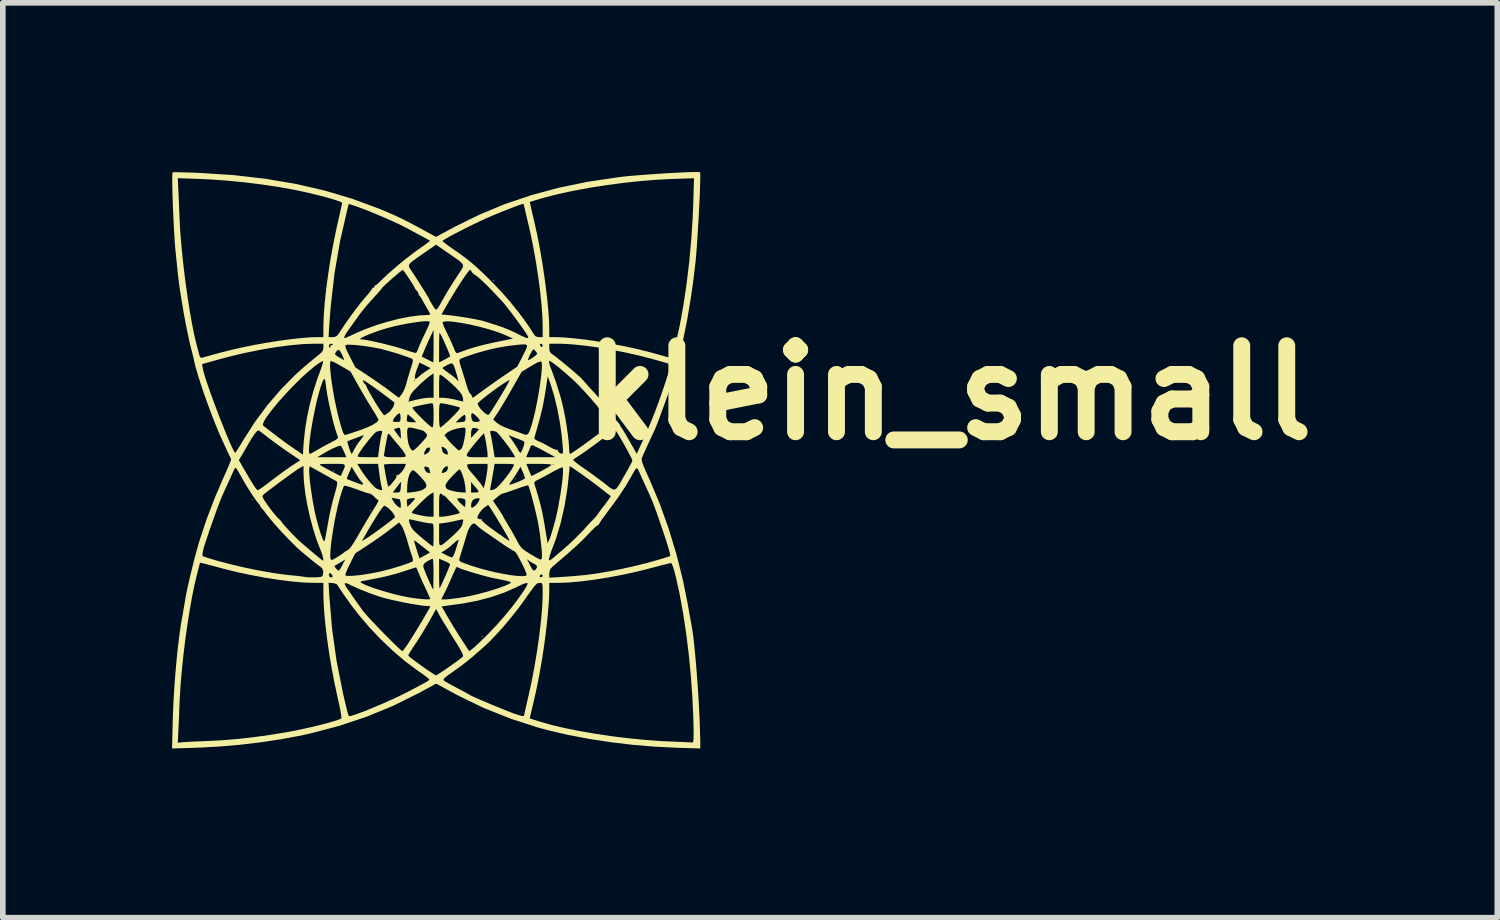
<source format=kicad_pcb>
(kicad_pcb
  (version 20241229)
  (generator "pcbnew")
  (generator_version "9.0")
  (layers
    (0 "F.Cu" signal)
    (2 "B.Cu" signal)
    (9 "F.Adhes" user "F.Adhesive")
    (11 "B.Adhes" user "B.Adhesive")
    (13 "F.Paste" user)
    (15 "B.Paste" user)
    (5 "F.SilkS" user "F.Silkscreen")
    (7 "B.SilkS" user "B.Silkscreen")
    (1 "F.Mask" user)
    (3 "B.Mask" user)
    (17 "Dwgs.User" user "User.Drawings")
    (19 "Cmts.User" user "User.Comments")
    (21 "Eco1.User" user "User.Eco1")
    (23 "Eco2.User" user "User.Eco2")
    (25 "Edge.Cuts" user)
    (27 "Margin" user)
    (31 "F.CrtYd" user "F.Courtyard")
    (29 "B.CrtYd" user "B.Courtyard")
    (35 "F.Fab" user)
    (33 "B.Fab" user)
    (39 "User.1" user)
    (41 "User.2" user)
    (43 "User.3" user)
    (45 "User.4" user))
  (footprint "klein_small"
    (layer "F.Cu")
    (at 4.676 5.115)
    (property "Reference" "klein_small" (at 9.1 -1.2 0) (layer "F.SilkS") (effects (font (size 1.524 1.524) (thickness 0.3))))
    (attr board_only exclude_from_pos_files exclude_from_bom)
    (fp_poly (pts (xy -3.243 0.694) (xy -3.253 0.703) (xy -3.263 0.694) (xy -3.253 0.684)) (stroke (width 0) (type solid)) (fill yes) (layer "F.SilkS"))
    (fp_poly (pts (xy -1.798 0.186) (xy -1.807 0.195) (xy -1.817 0.186) (xy -1.807 0.176)) (stroke (width 0) (type solid)) (fill yes) (layer "F.SilkS"))
    (fp_poly (pts (xy -1.153 0.889) (xy -1.163 0.899) (xy -1.172 0.889) (xy -1.163 0.879)) (stroke (width 0) (type solid)) (fill yes) (layer "F.SilkS"))
    (fp_poly (pts (xy 0.84 3.116) (xy 0.83 3.126) (xy 0.821 3.116) (xy 0.83 3.107)) (stroke (width 0) (type solid)) (fill yes) (layer "F.SilkS"))
    (fp_poly (pts (xy 1.036 -3.195) (xy 1.026 -3.185) (xy 1.016 -3.195) (xy 1.026 -3.204)) (stroke (width 0) (type solid)) (fill yes) (layer "F.SilkS"))
    (fp_poly (pts (xy 1.426 0.322) (xy 1.417 0.332) (xy 1.407 0.322) (xy 1.417 0.313)) (stroke (width 0) (type solid)) (fill yes) (layer "F.SilkS"))
    (fp_poly (pts (xy 4.649 -5.115) (xy 4.682 -5.112) (xy 4.685 -5.111) (xy 4.688 -5.087) (xy 4.689 -5.03) (xy 4.688 -4.943) (xy 4.684 -4.832) (xy 4.68 -4.701) (xy 4.673 -4.556) (xy 4.665 -4.401) (xy 4.657 -4.241) (xy 4.647 -4.081) (xy 4.637 -3.926) (xy 4.627 -3.78) (xy 4.617 -3.65) (xy 4.607 -3.538) (xy 4.602 -3.497) (xy 4.562 -3.158) (xy 4.512 -2.82) (xy 4.456 -2.49) (xy 4.393 -2.177) (xy 4.327 -1.888) (xy 4.269 -1.671) (xy 4.25 -1.601) (xy 4.233 -1.536) (xy 4.228 -1.514) (xy 4.214 -1.463) (xy 4.188 -1.383) (xy 4.153 -1.28) (xy 4.113 -1.163) (xy 4.068 -1.037) (xy 4.022 -0.91) (xy 3.978 -0.79) (xy 3.938 -0.684) (xy 3.904 -0.598) (xy 3.879 -0.539) (xy 3.878 -0.537) (xy 3.816 -0.404) (xy 3.759 -0.281) (xy 3.712 -0.178) (xy 3.676 -0.098) (xy 3.662 -0.065) (xy 3.653 -0.043) (xy 3.65 -0.02) (xy 3.654 0.01) (xy 3.666 0.05) (xy 3.688 0.108) (xy 3.722 0.187) (xy 3.771 0.295) (xy 3.798 0.355) (xy 3.971 0.767) (xy 4.128 1.205) (xy 4.266 1.659) (xy 4.381 2.117) (xy 4.464 2.53) (xy 4.484 2.642) (xy 4.503 2.748) (xy 4.52 2.839) (xy 4.532 2.905) (xy 4.535 2.921) (xy 4.552 3.023) (xy 4.57 3.158) (xy 4.587 3.321) (xy 4.605 3.506) (xy 4.622 3.706) (xy 4.638 3.917) (xy 4.653 4.133) (xy 4.665 4.348) (xy 4.676 4.555) (xy 4.683 4.75) (xy 4.688 4.927) (xy 4.689 5) (xy 4.689 5.105) (xy 4.245 5.091) (xy 3.869 5.072) (xy 3.483 5.039) (xy 3.095 4.993) (xy 2.714 4.934) (xy 2.349 4.865) (xy 2.009 4.786) (xy 1.817 4.735) (xy 1.32 4.574) (xy 1.316 4.572) (xy 1.665 4.572) (xy 1.853 4.631) (xy 2.056 4.689) (xy 2.29 4.744) (xy 2.55 4.796) (xy 2.828 4.844) (xy 3.117 4.887) (xy 3.411 4.923) (xy 3.702 4.952) (xy 3.984 4.973) (xy 4.132 4.98) (xy 4.253 4.985) (xy 4.362 4.99) (xy 4.451 4.994) (xy 4.516 4.997) (xy 4.549 4.999) (xy 4.551 4.999) (xy 4.559 4.995) (xy 4.565 4.977) (xy 4.569 4.942) (xy 4.571 4.885) (xy 4.571 4.802) (xy 4.569 4.689) (xy 4.565 4.541) (xy 4.565 4.538) (xy 4.548 4.176) (xy 4.521 3.804) (xy 4.484 3.428) (xy 4.438 3.057) (xy 4.384 2.701) (xy 4.323 2.366) (xy 4.257 2.066) (xy 4.228 1.955) (xy 4.203 1.875) (xy 4.183 1.828) (xy 4.171 1.817) (xy 4.145 1.822) (xy 4.088 1.836) (xy 4.006 1.856) (xy 3.907 1.882) (xy 3.827 1.904) (xy 3.581 1.966) (xy 3.326 2.022) (xy 3.07 2.071) (xy 2.819 2.111) (xy 2.583 2.142) (xy 2.368 2.161) (xy 2.181 2.169) (xy 2.17 2.169) (xy 2.012 2.169) (xy 2.012 2.307) (xy 2.009 2.427) (xy 1.999 2.578) (xy 1.984 2.752) (xy 1.964 2.941) (xy 1.94 3.138) (xy 1.913 3.334) (xy 1.884 3.523) (xy 1.883 3.526) (xy 1.858 3.672) (xy 1.835 3.802) (xy 1.811 3.926) (xy 1.785 4.053) (xy 1.754 4.193) (xy 1.717 4.354) (xy 1.682 4.499) (xy 1.665 4.572) (xy 1.316 4.572) (xy 0.847 4.385) (xy 0.394 4.165) (xy 0.31 4.12) (xy 0.007 3.955) (xy -0.294 4.119) (xy -0.748 4.345) (xy -1.221 4.54) (xy -1.715 4.705) (xy -2.233 4.841) (xy -2.433 4.884) (xy -2.758 4.944) (xy -3.109 4.996) (xy -3.47 5.039) (xy -3.83 5.07) (xy -4.173 5.089) (xy -4.228 5.091) (xy -4.676 5.105) (xy -4.673 5.002) (xy -4.574 5.002) (xy -4.47 4.993) (xy -4.416 4.989) (xy -4.331 4.984) (xy -4.225 4.98) (xy -4.109 4.975) (xy -4.035 4.972) (xy -3.786 4.959) (xy -3.511 4.936) (xy -3.224 4.904) (xy -2.937 4.864) (xy -2.66 4.819) (xy -2.481 4.786) (xy -2.338 4.755) (xy -2.195 4.723) (xy -2.059 4.69) (xy -1.935 4.658) (xy -1.829 4.628) (xy -1.745 4.602) (xy -1.691 4.582) (xy -1.674 4.572) (xy -1.673 4.549) (xy -1.68 4.494) (xy -1.694 4.414) (xy -1.715 4.315) (xy -1.739 4.208) (xy -1.794 3.952) (xy -1.845 3.686) (xy -1.89 3.417) (xy -1.928 3.153) (xy -1.958 2.901) (xy -1.98 2.667) (xy -1.991 2.46) (xy -1.993 2.357) (xy -1.993 2.169) (xy -2.167 2.169) (xy -2.212 2.167) (xy -1.901 2.167) (xy -1.887 2.407) (xy -1.838 2.988) (xy -1.759 3.553) (xy -1.647 4.116) (xy -1.632 4.181) (xy -1.603 4.305) (xy -1.582 4.395) (xy -1.566 4.458) (xy -1.555 4.498) (xy -1.546 4.52) (xy -1.539 4.53) (xy -1.531 4.533) (xy -1.528 4.533) (xy -1.501 4.527) (xy -1.45 4.511) (xy -1.405 4.496) (xy -1.281 4.45) (xy -1.134 4.391) (xy -0.974 4.324) (xy -0.812 4.252) (xy -0.66 4.182) (xy -0.528 4.117) (xy -0.479 4.092) (xy -0.357 4.028) (xy -0.266 3.979) (xy -0.201 3.944) (xy -0.158 3.919) (xy -0.132 3.903) (xy -0.119 3.892) (xy -0.116 3.888) (xy 0.135 3.888) (xy 0.141 3.898) (xy 0.167 3.916) (xy 0.221 3.948) (xy 0.294 3.988) (xy 0.378 4.033) (xy 0.381 4.035) (xy 0.465 4.079) (xy 0.537 4.118) (xy 0.589 4.147) (xy 0.615 4.162) (xy 0.615 4.162) (xy 0.641 4.176) (xy 0.697 4.201) (xy 0.775 4.236) (xy 0.87 4.276) (xy 0.974 4.32) (xy 1.08 4.364) (xy 1.183 4.406) (xy 1.275 4.443) (xy 1.35 4.472) (xy 1.387 4.486) (xy 1.478 4.516) (xy 1.536 4.531) (xy 1.561 4.53) (xy 1.563 4.526) (xy 1.567 4.506) (xy 1.579 4.454) (xy 1.597 4.376) (xy 1.619 4.278) (xy 1.642 4.179) (xy 1.699 3.92) (xy 1.75 3.652) (xy 1.795 3.382) (xy 1.833 3.117) (xy 1.863 2.865) (xy 1.884 2.633) (xy 1.894 2.428) (xy 1.895 2.349) (xy 1.895 2.265) (xy 1.892 2.212) (xy 1.886 2.183) (xy 1.873 2.171) (xy 1.853 2.169) (xy 1.846 2.169) (xy 1.826 2.17) (xy 1.807 2.175) (xy 1.786 2.189) (xy 1.76 2.215) (xy 1.726 2.258) (xy 1.679 2.321) (xy 1.616 2.409) (xy 1.545 2.511) (xy 1.441 2.65) (xy 1.323 2.798) (xy 1.198 2.947) (xy 1.072 3.086) (xy 0.954 3.209) (xy 0.86 3.298) (xy 0.739 3.404) (xy 0.639 3.49) (xy 0.552 3.561) (xy 0.472 3.623) (xy 0.391 3.683) (xy 0.316 3.736) (xy 0.231 3.796) (xy 0.175 3.839) (xy 0.145 3.868) (xy 0.135 3.888) (xy -0.116 3.888) (xy -0.114 3.885) (xy -0.114 3.881) (xy -0.13 3.865) (xy -0.172 3.831) (xy -0.234 3.785) (xy -0.311 3.732) (xy -0.325 3.721) (xy -0.536 3.565) (xy -0.663 3.457) (xy -0.488 3.457) (xy -0.473 3.473) (xy -0.433 3.506) (xy -0.373 3.551) (xy -0.302 3.603) (xy -0.225 3.659) (xy -0.15 3.711) (xy -0.082 3.757) (xy -0.03 3.791) (xy 0.000242 3.808) (xy 0.004 3.809) (xy 0.024 3.799) (xy 0.07 3.77) (xy 0.135 3.727) (xy 0.214 3.673) (xy 0.24 3.655) (xy 0.322 3.597) (xy 0.394 3.545) (xy 0.448 3.503) (xy 0.479 3.478) (xy 0.482 3.474) (xy 0.484 3.456) (xy 0.472 3.419) (xy 0.442 3.362) (xy 0.395 3.281) (xy 0.327 3.172) (xy 0.315 3.153) (xy 0.249 3.048) (xy 0.186 2.945) (xy 0.13 2.854) (xy 0.087 2.781) (xy 0.067 2.745) (xy 0.006 2.633) (xy -0.118 2.854) (xy -0.18 2.961) (xy -0.25 3.077) (xy -0.319 3.187) (xy -0.366 3.257) (xy -0.415 3.331) (xy -0.455 3.394) (xy -0.481 3.439) (xy -0.488 3.457) (xy -0.663 3.457) (xy -0.753 3.38) (xy -0.969 3.175) (xy -1.177 2.957) (xy -1.367 2.734) (xy -1.505 2.555) (xy -1.572 2.461) (xy -1.632 2.375) (xy -1.681 2.303) (xy -1.715 2.252) (xy -1.727 2.231) (xy -1.757 2.192) (xy -1.777 2.185) (xy -1.616 2.185) (xy -1.603 2.221) (xy -1.59 2.242) (xy -1.56 2.284) (xy -1.517 2.345) (xy -1.468 2.416) (xy -1.456 2.433) (xy -1.4 2.513) (xy -1.34 2.597) (xy -1.29 2.667) (xy -1.286 2.672) (xy -1.253 2.711) (xy -1.201 2.77) (xy -1.134 2.842) (xy -1.056 2.924) (xy -0.972 3.012) (xy -0.887 3.099) (xy -0.804 3.182) (xy -0.729 3.256) (xy -0.666 3.317) (xy -0.619 3.359) (xy -0.594 3.379) (xy -0.591 3.38) (xy -0.576 3.364) (xy -0.544 3.321) (xy -0.5 3.258) (xy -0.449 3.179) (xy -0.437 3.16) (xy -0.384 3.075) (xy -0.326 2.982) (xy -0.268 2.886) (xy -0.214 2.794) (xy -0.166 2.712) (xy -0.128 2.646) (xy -0.104 2.601) (xy -0.098 2.586) (xy 0.105 2.586) (xy 0.205 2.763) (xy 0.258 2.853) (xy 0.323 2.96) (xy 0.392 3.071) (xy 0.449 3.16) (xy 0.592 3.379) (xy 0.651 3.337) (xy 0.685 3.309) (xy 0.739 3.259) (xy 0.809 3.192) (xy 0.888 3.115) (xy 0.934 3.069) (xy 1.078 2.918) (xy 1.22 2.756) (xy 1.354 2.593) (xy 1.473 2.435) (xy 1.571 2.292) (xy 1.604 2.238) (xy 1.625 2.197) (xy 1.626 2.174) (xy 1.604 2.171) (xy 1.555 2.186) (xy 1.478 2.222) (xy 1.421 2.25) (xy 1.217 2.34) (xy 0.984 2.42) (xy 0.735 2.486) (xy 0.478 2.535) (xy 0.419 2.543) (xy 0.105 2.586) (xy -0.098 2.586) (xy -0.098 2.586) (xy -0.115 2.581) (xy -0.151 2.579) (xy -0.219 2.574) (xy -0.316 2.56) (xy -0.433 2.541) (xy -0.561 2.517) (xy -0.691 2.49) (xy -0.815 2.462) (xy -0.817 2.462) (xy 0.097 2.462) (xy 0.171 2.462) (xy 0.219 2.459) (xy 0.295 2.45) (xy 0.389 2.438) (xy 0.479 2.425) (xy 0.618 2.399) (xy 0.773 2.362) (xy 0.932 2.319) (xy 1.083 2.272) (xy 1.214 2.225) (xy 1.264 2.204) (xy 1.305 2.185) (xy 1.327 2.171) (xy 1.329 2.159) (xy 1.307 2.146) (xy 1.256 2.132) (xy 1.175 2.115) (xy 1.059 2.092) (xy 1.055 2.092) (xy 0.988 2.077) (xy 2.012 2.077) (xy 2.232 2.064) (xy 2.347 2.056) (xy 2.481 2.045) (xy 2.614 2.033) (xy 2.696 2.024) (xy 2.873 1.999) (xy 3.075 1.965) (xy 3.291 1.922) (xy 3.509 1.874) (xy 3.718 1.823) (xy 3.876 1.779) (xy 3.973 1.751) (xy 4.056 1.726) (xy 4.118 1.707) (xy 4.152 1.695) (xy 4.156 1.693) (xy 4.155 1.668) (xy 4.141 1.607) (xy 4.112 1.509) (xy 4.07 1.376) (xy 4.013 1.206) (xy 3.994 1.151) (xy 3.945 1.007) (xy 3.904 0.892) (xy 3.869 0.798) (xy 3.837 0.715) (xy 3.804 0.637) (xy 3.767 0.554) (xy 3.734 0.484) (xy 3.694 0.395) (xy 3.654 0.307) (xy 3.621 0.234) (xy 3.612 0.214) (xy 3.588 0.16) (xy 3.569 0.137) (xy 3.548 0.144) (xy 3.521 0.184) (xy 3.492 0.236) (xy 3.368 0.45) (xy 3.234 0.653) (xy 3.17 0.741) (xy 3.109 0.824) (xy 3.044 0.911) (xy 2.988 0.986) (xy 2.976 1.002) (xy 2.935 1.06) (xy 2.904 1.107) (xy 2.892 1.134) (xy 2.892 1.135) (xy 2.881 1.147) (xy 2.875 1.145) (xy 2.857 1.155) (xy 2.818 1.188) (xy 2.765 1.24) (xy 2.707 1.301) (xy 2.632 1.379) (xy 2.538 1.471) (xy 2.437 1.564) (xy 2.341 1.649) (xy 2.338 1.652) (xy 2.255 1.722) (xy 2.179 1.787) (xy 2.117 1.841) (xy 2.074 1.877) (xy 2.066 1.884) (xy 2.026 1.932) (xy 2.013 1.991) (xy 2.012 2.003) (xy 2.012 2.077) (xy 0.988 2.077) (xy 0.974 2.074) (xy 0.877 2.049) (xy 0.771 2.02) (xy 0.665 1.989) (xy 0.565 1.958) (xy 0.479 1.93) (xy 0.414 1.906) (xy 0.378 1.888) (xy 0.375 1.886) (xy 0.363 1.898) (xy 0.341 1.939) (xy 0.312 2.002) (xy 0.293 2.047) (xy 0.252 2.14) (xy 0.208 2.238) (xy 0.168 2.322) (xy 0.159 2.34) (xy 0.097 2.462) (xy -0.817 2.462) (xy -0.922 2.435) (xy -0.987 2.416) (xy -1.165 2.354) (xy -1.349 2.281) (xy -1.518 2.204) (xy -1.558 2.184) (xy -1.601 2.171) (xy -1.616 2.185) (xy -1.777 2.185) (xy -1.803 2.175) (xy -1.828 2.172) (xy -1.901 2.167) (xy -2.212 2.167) (xy -2.346 2.162) (xy -2.412 2.157) (xy -1.334 2.157) (xy -1.307 2.177) (xy -1.252 2.203) (xy -1.174 2.234) (xy -1.079 2.268) (xy -0.972 2.302) (xy -0.857 2.336) (xy -0.74 2.368) (xy -0.626 2.396) (xy -0.52 2.418) (xy -0.489 2.424) (xy -0.384 2.44) (xy -0.286 2.452) (xy -0.202 2.459) (xy -0.138 2.461) (xy -0.103 2.458) (xy -0.098 2.454) (xy -0.105 2.434) (xy -0.127 2.386) (xy -0.158 2.317) (xy -0.192 2.244) (xy -0.234 2.154) (xy -0.271 2.07) (xy -0.3 2.003) (xy -0.314 1.968) (xy -0.333 1.922) (xy -0.349 1.897) (xy -0.352 1.895) (xy -0.374 1.901) (xy -0.425 1.917) (xy -0.498 1.941) (xy -0.585 1.97) (xy -0.587 1.97) (xy -0.703 2.006) (xy -0.839 2.042) (xy -0.973 2.074) (xy -1.055 2.09) (xy -1.15 2.108) (xy -1.233 2.124) (xy -1.295 2.136) (xy -1.327 2.144) (xy -1.329 2.144) (xy -1.334 2.157) (xy -2.412 2.157) (xy -2.554 2.144) (xy -2.784 2.115) (xy -3.028 2.077) (xy -3.278 2.03) (xy -3.528 1.977) (xy -3.77 1.917) (xy -3.873 1.889) (xy -3.976 1.861) (xy -4.064 1.838) (xy -4.132 1.821) (xy -4.172 1.812) (xy -4.181 1.812) (xy -4.186 1.833) (xy -4.199 1.884) (xy -4.217 1.955) (xy -4.23 2.004) (xy -4.275 2.191) (xy -4.32 2.41) (xy -4.363 2.653) (xy -4.404 2.913) (xy -4.442 3.184) (xy -4.475 3.457) (xy -4.503 3.725) (xy -4.525 3.982) (xy -4.539 4.22) (xy -4.542 4.28) (xy -4.547 4.407) (xy -4.552 4.541) (xy -4.558 4.669) (xy -4.563 4.775) (xy -4.564 4.792) (xy -4.574 5.002) (xy -4.673 5.002) (xy -4.663 4.589) (xy -4.654 4.356) (xy -4.641 4.11) (xy -4.623 3.856) (xy -4.602 3.605) (xy -4.578 3.363) (xy -4.551 3.139) (xy -4.524 2.941) (xy -4.504 2.823) (xy -4.484 2.712) (xy -4.465 2.598) (xy -4.447 2.496) (xy -4.435 2.423) (xy -4.419 2.338) (xy -4.395 2.224) (xy -4.364 2.09) (xy -4.329 1.944) (xy -4.292 1.794) (xy -4.262 1.681) (xy -4.138 1.681) (xy -4.135 1.694) (xy -4.113 1.703) (xy -4.061 1.72) (xy -3.984 1.744) (xy -3.889 1.772) (xy -3.825 1.79) (xy -3.63 1.841) (xy -3.418 1.891) (xy -3.199 1.937) (xy -2.983 1.977) (xy -2.781 2.009) (xy -2.605 2.031) (xy -2.579 2.033) (xy -2.486 2.042) (xy -2.408 2.051) (xy -2.352 2.058) (xy -2.327 2.063) (xy -2.327 2.063) (xy -2.305 2.067) (xy -2.254 2.07) (xy -2.184 2.071) (xy -2.168 2.071) (xy -2.087 2.069) (xy -2.038 2.063) (xy -2.012 2.051) (xy -2.005 2.04) (xy -2.003 2.032) (xy -1.895 2.032) (xy -1.882 2.065) (xy -1.855 2.071) (xy -1.828 2.066) (xy -1.831 2.043) (xy -1.837 2.032) (xy -1.837 2.032) (xy -1.602 2.032) (xy -1.597 2.04) (xy -1.556 2.046) (xy -1.484 2.044) (xy -1.389 2.036) (xy -1.277 2.022) (xy -1.157 2.002) (xy -1.034 1.979) (xy -1.006 1.973) (xy -0.902 1.948) (xy -0.789 1.918) (xy -0.676 1.884) (xy -0.653 1.877) (xy -0.222 1.877) (xy -0.214 1.906) (xy -0.194 1.959) (xy -0.167 2.028) (xy -0.135 2.102) (xy -0.103 2.174) (xy -0.075 2.234) (xy -0.054 2.274) (xy -0.046 2.286) (xy -0.044 2.268) (xy -0.043 2.217) (xy -0.042 2.142) (xy -0.041 2.048) (xy -0.04 2.012) (xy -0.041 1.914) (xy -0.043 1.832) (xy -0.047 1.772) (xy -0.052 1.742) (xy -0.052 1.741) (xy 0.059 1.741) (xy 0.059 2.004) (xy 0.059 2.1) (xy 0.061 2.18) (xy 0.063 2.238) (xy 0.066 2.265) (xy 0.066 2.266) (xy 0.077 2.25) (xy 0.099 2.204) (xy 0.13 2.137) (xy 0.164 2.061) (xy 0.2 1.978) (xy 0.229 1.908) (xy 0.248 1.859) (xy 0.254 1.839) (xy 0.237 1.823) (xy 0.195 1.799) (xy 0.156 1.782) (xy 0.123 1.768) (xy 0.416 1.768) (xy 0.427 1.784) (xy 0.456 1.801) (xy 0.507 1.822) (xy 0.587 1.85) (xy 0.648 1.871) (xy 0.781 1.912) (xy 0.92 1.949) (xy 1.06 1.982) (xy 1.196 2.009) (xy 1.321 2.031) (xy 1.431 2.044) (xy 1.519 2.05) (xy 1.559 2.048) (xy 1.841 2.048) (xy 1.85 2.068) (xy 1.864 2.071) (xy 1.891 2.055) (xy 1.895 2.04) (xy 1.884 2.019) (xy 1.86 2.022) (xy 1.841 2.048) (xy 1.559 2.048) (xy 1.581 2.047) (xy 1.611 2.033) (xy 1.611 2.033) (xy 1.608 2.008) (xy 1.589 1.959) (xy 1.56 1.892) (xy 1.524 1.818) (xy 1.489 1.751) (xy 1.617 1.751) (xy 1.669 1.852) (xy 1.702 1.915) (xy 1.727 1.946) (xy 1.749 1.949) (xy 1.774 1.931) (xy 1.774 1.93) (xy 1.796 1.889) (xy 1.781 1.853) (xy 1.754 1.836) (xy 1.703 1.81) (xy 1.663 1.784) (xy 1.622 1.754) (xy 2.007 1.754) (xy 2.011 1.764) (xy 2.014 1.77) (xy 2.023 1.769) (xy 2.041 1.758) (xy 2.072 1.734) (xy 2.121 1.693) (xy 2.191 1.633) (xy 2.277 1.56) (xy 2.371 1.476) (xy 2.472 1.38) (xy 2.568 1.284) (xy 2.629 1.219) (xy 2.691 1.15) (xy 2.746 1.091) (xy 2.786 1.05) (xy 2.805 1.031) (xy 2.828 1.008) (xy 2.862 0.964) (xy 2.884 0.934) (xy 2.921 0.88) (xy 2.954 0.838) (xy 2.965 0.824) (xy 2.99 0.793) (xy 3.026 0.744) (xy 3.047 0.715) (xy 3.104 0.632) (xy 2.905 0.478) (xy 2.809 0.404) (xy 2.704 0.327) (xy 2.605 0.255) (xy 2.54 0.209) (xy 2.374 0.096) (xy 2.369 0.16) (xy 2.335 0.488) (xy 2.283 0.806) (xy 2.215 1.106) (xy 2.133 1.381) (xy 2.08 1.523) (xy 2.047 1.608) (xy 2.023 1.68) (xy 2.009 1.732) (xy 2.007 1.754) (xy 1.622 1.754) (xy 1.617 1.751) (xy 1.489 1.751) (xy 1.486 1.745) (xy 1.45 1.68) (xy 1.421 1.634) (xy 1.403 1.615) (xy 1.352 1.587) (xy 1.277 1.54) (xy 1.187 1.481) (xy 1.11 1.427) (xy 1.03 1.372) (xy 0.944 1.312) (xy 0.878 1.267) (xy 0.816 1.223) (xy 0.763 1.181) (xy 0.734 1.154) (xy 0.698 1.124) (xy 0.672 1.114) (xy 0.641 1.131) (xy 0.606 1.176) (xy 0.573 1.239) (xy 0.552 1.299) (xy 0.536 1.355) (xy 0.513 1.433) (xy 0.487 1.519) (xy 0.479 1.544) (xy 0.454 1.623) (xy 0.433 1.693) (xy 0.42 1.74) (xy 0.417 1.75) (xy 0.416 1.768) (xy 0.123 1.768) (xy 0.059 1.741) (xy -0.052 1.741) (xy -0.053 1.739) (xy -0.078 1.748) (xy -0.123 1.771) (xy -0.147 1.784) (xy -0.198 1.82) (xy -0.22 1.853) (xy -0.222 1.877) (xy -0.653 1.877) (xy -0.572 1.851) (xy -0.486 1.821) (xy -0.424 1.795) (xy -0.408 1.786) (xy -0.405 1.764) (xy -0.414 1.719) (xy -0.422 1.694) (xy -0.44 1.64) (xy -0.465 1.56) (xy -0.492 1.468) (xy -0.507 1.414) (xy -0.385 1.414) (xy -0.382 1.434) (xy -0.369 1.482) (xy -0.349 1.549) (xy -0.34 1.576) (xy -0.29 1.733) (xy -0.195 1.683) (xy -0.144 1.654) (xy -0.111 1.635) (xy -0.106 1.63) (xy 0.097 1.63) (xy 0.18 1.674) (xy 0.234 1.7) (xy 0.276 1.716) (xy 0.287 1.719) (xy 0.304 1.702) (xy 0.327 1.657) (xy 0.35 1.593) (xy 0.351 1.587) (xy 0.374 1.515) (xy 0.392 1.454) (xy 0.404 1.417) (xy 0.4 1.404) (xy 0.373 1.42) (xy 0.321 1.465) (xy 0.32 1.466) (xy 0.259 1.52) (xy 0.199 1.567) (xy 0.161 1.593) (xy 0.097 1.63) (xy -0.106 1.63) (xy -0.104 1.629) (xy -0.211 1.544) (xy -0.294 1.479) (xy -0.351 1.436) (xy -0.381 1.415) (xy -0.385 1.414) (xy -0.507 1.414) (xy -0.508 1.412) (xy -0.536 1.323) (xy -0.566 1.241) (xy -0.593 1.179) (xy -0.607 1.155) (xy -0.65 1.097) (xy -0.799 1.213) (xy -0.873 1.269) (xy -0.968 1.338) (xy -1.073 1.411) (xy -1.176 1.481) (xy -1.188 1.489) (xy -1.429 1.647) (xy -1.525 1.838) (xy -1.57 1.933) (xy -1.596 1.997) (xy -1.602 2.032) (xy -1.837 2.032) (xy -1.861 2.001) (xy -1.876 1.993) (xy -1.892 2.009) (xy -1.895 2.032) (xy -2.003 2.032) (xy -1.993 1.968) (xy -2.015 1.909) (xy -2.047 1.882) (xy -2.065 1.869) (xy -1.796 1.869) (xy -1.79 1.886) (xy -1.768 1.915) (xy -1.741 1.942) (xy -1.721 1.954) (xy -1.707 1.938) (xy -1.681 1.897) (xy -1.658 1.855) (xy -1.605 1.757) (xy -1.697 1.809) (xy -1.749 1.84) (xy -1.785 1.862) (xy -1.796 1.869) (xy -2.065 1.869) (xy -2.089 1.852) (xy -2.149 1.806) (xy -2.207 1.759) (xy -2.271 1.706) (xy -2.332 1.655) (xy -2.373 1.622) (xy -2.451 1.552) (xy -2.546 1.46) (xy -2.649 1.354) (xy -2.755 1.242) (xy -2.854 1.131) (xy -2.94 1.029) (xy -3.006 0.946) (xy -3.011 0.938) (xy -3.049 0.888) (xy -3.079 0.853) (xy -3.09 0.843) (xy -3.106 0.821) (xy -3.107 0.818) (xy -3.119 0.789) (xy -3.137 0.768) (xy -3.17 0.729) (xy -3.216 0.664) (xy -3.239 0.63) (xy -3.072 0.63) (xy -3.066 0.657) (xy -3.043 0.699) (xy -3 0.763) (xy -2.968 0.808) (xy -2.912 0.884) (xy -2.857 0.953) (xy -2.812 1.005) (xy -2.791 1.025) (xy -2.755 1.059) (xy -2.736 1.083) (xy -2.735 1.085) (xy -2.723 1.105) (xy -2.688 1.145) (xy -2.638 1.201) (xy -2.577 1.266) (xy -2.513 1.333) (xy -2.452 1.394) (xy -2.416 1.428) (xy -2.361 1.476) (xy -2.295 1.533) (xy -2.223 1.595) (xy -2.151 1.655) (xy -2.087 1.708) (xy -2.035 1.75) (xy -2.003 1.774) (xy -1.997 1.778) (xy -1.994 1.761) (xy -1.999 1.721) (xy -2 1.718) (xy -2.014 1.667) (xy -1.871 1.667) (xy -1.869 1.726) (xy -1.866 1.738) (xy -1.857 1.758) (xy -1.841 1.762) (xy -1.81 1.749) (xy -1.755 1.717) (xy -1.753 1.716) (xy -1.695 1.679) (xy -1.65 1.648) (xy -1.631 1.633) (xy -1.6 1.609) (xy -1.562 1.589) (xy -1.532 1.565) (xy -1.49 1.512) (xy -1.437 1.43) (xy -1.311 1.43) (xy -1.237 1.385) (xy -1.193 1.357) (xy -1.127 1.31) (xy -1.046 1.253) (xy -0.959 1.19) (xy -0.943 1.178) (xy -0.863 1.118) (xy -0.797 1.067) (xy -0.782 1.055) (xy -0.477 1.055) (xy -0.47 1.094) (xy -0.466 1.109) (xy -0.438 1.175) (xy -0.397 1.235) (xy -0.394 1.238) (xy -0.361 1.27) (xy -0.311 1.315) (xy -0.25 1.367) (xy -0.186 1.42) (xy -0.126 1.468) (xy -0.079 1.504) (xy -0.051 1.523) (xy -0.048 1.524) (xy -0.044 1.506) (xy -0.041 1.457) (xy -0.04 1.408) (xy 0.059 1.408) (xy 0.061 1.467) (xy 0.071 1.499) (xy 0.093 1.503) (xy 0.131 1.481) (xy 0.19 1.433) (xy 0.273 1.36) (xy 0.288 1.347) (xy 0.37 1.271) (xy 0.425 1.212) (xy 0.459 1.163) (xy 0.472 1.13) (xy 0.484 1.081) (xy 0.487 1.05) (xy 0.486 1.046) (xy 0.464 1.046) (xy 0.416 1.054) (xy 0.373 1.064) (xy 0.288 1.084) (xy 0.196 1.1) (xy 0.163 1.105) (xy 0.059 1.118) (xy 0.059 1.322) (xy 0.059 1.408) (xy -0.04 1.408) (xy -0.04 1.384) (xy -0.039 1.319) (xy -0.039 1.228) (xy -0.041 1.168) (xy -0.046 1.134) (xy -0.057 1.119) (xy -0.073 1.114) (xy -0.087 1.114) (xy -0.13 1.109) (xy -0.196 1.099) (xy -0.267 1.084) (xy -0.341 1.068) (xy -0.405 1.053) (xy -0.443 1.045) (xy -0.469 1.042) (xy -0.477 1.055) (xy -0.782 1.055) (xy -0.749 1.028) (xy -0.733 1.014) (xy 0.737 1.014) (xy 0.75 1.029) (xy 0.761 1.035) (xy 0.796 1.044) (xy 0.811 1.04) (xy 0.818 1.039) (xy 0.814 1.048) (xy 0.822 1.068) (xy 0.861 1.107) (xy 0.931 1.164) (xy 1.033 1.239) (xy 1.168 1.334) (xy 1.18 1.342) (xy 1.238 1.382) (xy 1.282 1.411) (xy 1.303 1.425) (xy 1.304 1.425) (xy 1.302 1.411) (xy 1.295 1.392) (xy 1.281 1.363) (xy 1.251 1.309) (xy 1.208 1.236) (xy 1.159 1.152) (xy 1.106 1.064) (xy 1.056 0.98) (xy 1.01 0.907) (xy 0.976 0.852) (xy 0.959 0.828) (xy 0.929 0.787) (xy 0.869 0.827) (xy 0.82 0.87) (xy 0.775 0.928) (xy 0.767 0.941) (xy 0.743 0.988) (xy 0.737 1.014) (xy -0.733 1.014) (xy -0.725 1.006) (xy -0.723 1.003) (xy -0.737 0.963) (xy -0.762 0.928) (xy -0.427 0.928) (xy -0.4 0.939) (xy -0.347 0.954) (xy -0.278 0.97) (xy -0.206 0.984) (xy -0.143 0.993) (xy -0.112 0.995) (xy -0.039 0.996) (xy 0.059 0.996) (xy 0.112 0.996) (xy 0.16 0.991) (xy 0.229 0.98) (xy 0.289 0.969) (xy 0.355 0.953) (xy 0.404 0.939) (xy 0.425 0.93) (xy 0.418 0.911) (xy 0.389 0.872) (xy 0.344 0.821) (xy 0.329 0.805) (xy 0.272 0.746) (xy 0.221 0.692) (xy 0.209 0.678) (xy 0.381 0.678) (xy 0.39 0.702) (xy 0.39 0.702) (xy 0.419 0.74) (xy 0.462 0.781) (xy 0.464 0.782) (xy 0.518 0.825) (xy 0.52 0.806) (xy 0.625 0.806) (xy 0.632 0.835) (xy 0.656 0.833) (xy 0.696 0.806) (xy 0.732 0.768) (xy 0.762 0.724) (xy 0.766 0.713) (xy 1.014 0.713) (xy 1.103 0.844) (xy 1.144 0.906) (xy 1.175 0.955) (xy 1.191 0.982) (xy 1.192 0.985) (xy 1.201 1.004) (xy 1.227 1.049) (xy 1.264 1.112) (xy 1.286 1.15) (xy 1.339 1.238) (xy 1.393 1.333) (xy 1.439 1.417) (xy 1.447 1.432) (xy 1.48 1.493) (xy 1.512 1.538) (xy 1.552 1.576) (xy 1.609 1.616) (xy 1.678 1.659) (xy 1.76 1.707) (xy 1.815 1.738) (xy 1.848 1.753) (xy 1.866 1.754) (xy 1.876 1.744) (xy 1.88 1.734) (xy 1.883 1.699) (xy 1.881 1.632) (xy 1.874 1.542) (xy 1.862 1.436) (xy 1.848 1.321) (xy 1.831 1.206) (xy 1.815 1.115) (xy 1.799 1.034) (xy 1.777 0.937) (xy 1.752 0.832) (xy 1.725 0.727) (xy 1.699 0.627) (xy 1.674 0.542) (xy 1.654 0.478) (xy 1.64 0.443) (xy 1.638 0.439) (xy 1.617 0.443) (xy 1.568 0.457) (xy 1.497 0.48) (xy 1.417 0.509) (xy 1.331 0.539) (xy 1.257 0.564) (xy 1.204 0.581) (xy 1.181 0.586) (xy 1.155 0.598) (xy 1.112 0.629) (xy 1.087 0.65) (xy 1.014 0.713) (xy 0.766 0.713) (xy 0.777 0.687) (xy 0.775 0.671) (xy 0.751 0.667) (xy 0.707 0.673) (xy 0.657 0.699) (xy 0.631 0.751) (xy 0.625 0.806) (xy 0.52 0.806) (xy 0.524 0.772) (xy 0.526 0.724) (xy 0.521 0.695) (xy 0.497 0.678) (xy 0.45 0.669) (xy 0.441 0.668) (xy 0.396 0.669) (xy 0.381 0.678) (xy 0.209 0.678) (xy 0.188 0.654) (xy 0.185 0.651) (xy 0.154 0.623) (xy 0.133 0.618) (xy 0.118 0.613) (xy 0.117 0.607) (xy 0.101 0.588) (xy 0.088 0.586) (xy 0.075 0.592) (xy 0.066 0.616) (xy 0.061 0.662) (xy 0.059 0.737) (xy 0.059 0.791) (xy 0.059 0.996) (xy -0.039 0.996) (xy -0.039 0.566) (xy -0.093 0.594) (xy -0.126 0.618) (xy -0.175 0.659) (xy -0.232 0.713) (xy -0.292 0.771) (xy -0.347 0.828) (xy -0.393 0.877) (xy -0.421 0.913) (xy -0.427 0.928) (xy -0.762 0.928) (xy -0.773 0.912) (xy -0.82 0.861) (xy -0.869 0.821) (xy -0.909 0.801) (xy -0.914 0.801) (xy -0.933 0.817) (xy -0.967 0.862) (xy -1.014 0.931) (xy -1.069 1.017) (xy -1.131 1.117) (xy -1.195 1.225) (xy -1.257 1.335) (xy -1.258 1.336) (xy -1.311 1.43) (xy -1.437 1.43) (xy -1.437 1.43) (xy -1.369 1.314) (xy -1.359 1.296) (xy -1.296 1.187) (xy -1.23 1.075) (xy -1.167 0.97) (xy -1.115 0.885) (xy -1.102 0.865) (xy -1.06 0.797) (xy -1.03 0.743) (xy -1.015 0.71) (xy -1.016 0.703) (xy -1.04 0.69) (xy -1.074 0.659) (xy -0.785 0.659) (xy -0.754 0.719) (xy -0.722 0.766) (xy -0.68 0.809) (xy -0.64 0.836) (xy -0.625 0.84) (xy -0.62 0.823) (xy -0.62 0.78) (xy -0.622 0.762) (xy -0.63 0.713) (xy -0.633 0.705) (xy -0.514 0.705) (xy -0.512 0.751) (xy -0.512 0.753) (xy -0.504 0.821) (xy -0.428 0.748) (xy -0.39 0.706) (xy -0.371 0.677) (xy -0.372 0.667) (xy -0.405 0.666) (xy -0.454 0.672) (xy -0.456 0.672) (xy -0.498 0.684) (xy -0.514 0.705) (xy -0.633 0.705) (xy -0.641 0.686) (xy -0.644 0.684) (xy -0.672 0.68) (xy -0.72 0.672) (xy -0.722 0.671) (xy -0.785 0.659) (xy -1.074 0.659) (xy -1.077 0.657) (xy -1.087 0.645) (xy -1.128 0.607) (xy -1.164 0.587) (xy -1.171 0.586) (xy -1.201 0.579) (xy -1.224 0.572) (xy -0.508 0.572) (xy -0.397 0.559) (xy -0.326 0.547) (xy -0.264 0.532) (xy -0.238 0.522) (xy -0.182 0.485) (xy -0.169 0.455) (xy 0.171 0.455) (xy 0.186 0.489) (xy 0.202 0.505) (xy 0.239 0.523) (xy 0.301 0.54) (xy 0.375 0.555) (xy 0.447 0.563) (xy 0.467 0.565) (xy 0.533 0.567) (xy 0.625 0.567) (xy 0.694 0.567) (xy 0.739 0.563) (xy 0.761 0.554) (xy 0.761 0.552) (xy 0.749 0.53) (xy 0.729 0.503) (xy 0.963 0.503) (xy 0.965 0.524) (xy 0.998 0.523) (xy 1.041 0.509) (xy 1.078 0.485) (xy 1.128 0.436) (xy 1.138 0.424) (xy 1.304 0.424) (xy 1.307 0.43) (xy 1.335 0.423) (xy 1.387 0.405) (xy 1.432 0.388) (xy 1.747 0.388) (xy 1.747 0.406) (xy 1.795 0.563) (xy 1.832 0.693) (xy 1.862 0.806) (xy 1.887 0.913) (xy 1.908 1.022) (xy 1.93 1.146) (xy 1.93 1.149) (xy 1.983 1.467) (xy 2.019 1.387) (xy 2.037 1.338) (xy 2.061 1.261) (xy 2.089 1.166) (xy 2.117 1.063) (xy 2.121 1.049) (xy 2.146 0.942) (xy 2.171 0.821) (xy 2.194 0.691) (xy 2.216 0.56) (xy 2.233 0.435) (xy 2.247 0.322) (xy 2.255 0.228) (xy 2.257 0.159) (xy 2.253 0.124) (xy 2.233 0.123) (xy 2.185 0.142) (xy 2.114 0.178) (xy 2.079 0.197) (xy 1.996 0.244) (xy 1.914 0.288) (xy 1.846 0.323) (xy 1.826 0.333) (xy 1.77 0.362) (xy 1.747 0.388) (xy 1.432 0.388) (xy 1.453 0.38) (xy 1.455 0.379) (xy 1.518 0.352) (xy 1.564 0.328) (xy 1.583 0.313) (xy 1.583 0.312) (xy 1.575 0.286) (xy 1.557 0.238) (xy 1.543 0.203) (xy 1.502 0.109) (xy 1.454 0.194) (xy 1.41 0.264) (xy 1.36 0.337) (xy 1.346 0.354) (xy 1.316 0.397) (xy 1.304 0.424) (xy 1.138 0.424) (xy 1.186 0.37) (xy 1.246 0.296) (xy 1.302 0.221) (xy 1.349 0.152) (xy 1.379 0.098) (xy 1.387 0.069) (xy 1.369 0.065) (xy 1.321 0.061) (xy 1.251 0.059) (xy 1.215 0.059) (xy 1.606 0.059) (xy 1.648 0.166) (xy 1.672 0.223) (xy 1.69 0.262) (xy 1.697 0.273) (xy 1.717 0.265) (xy 1.763 0.242) (xy 1.828 0.208) (xy 1.878 0.182) (xy 1.951 0.142) (xy 2.009 0.108) (xy 2.044 0.083) (xy 2.052 0.075) (xy 2.033 0.068) (xy 2.071 0.068) (xy 2.081 0.078) (xy 2.091 0.068) (xy 2.081 0.059) (xy 2.071 0.068) (xy 2.033 0.068) (xy 2.033 0.068) (xy 1.984 0.063) (xy 1.911 0.06) (xy 1.829 0.059) (xy 1.606 0.059) (xy 1.215 0.059) (xy 1.043 0.059) (xy 1.008 0.269) (xy 0.992 0.357) (xy 0.978 0.431) (xy 0.968 0.484) (xy 0.963 0.503) (xy 0.729 0.503) (xy 0.719 0.49) (xy 0.693 0.459) (xy 0.626 0.381) (xy 0.626 0.474) (xy 0.625 0.567) (xy 0.533 0.567) (xy 0.521 0.448) (xy 0.509 0.378) (xy 0.49 0.304) (xy 0.467 0.236) (xy 0.444 0.184) (xy 0.424 0.158) (xy 0.419 0.156) (xy 0.401 0.17) (xy 0.363 0.205) (xy 0.311 0.256) (xy 0.284 0.285) (xy 0.218 0.359) (xy 0.181 0.414) (xy 0.171 0.455) (xy -0.169 0.455) (xy -0.164 0.444) (xy -0.182 0.393) (xy -0.197 0.372) (xy -0.24 0.321) (xy -0.294 0.262) (xy -0.322 0.234) (xy -0.368 0.191) (xy -0.395 0.173) (xy -0.415 0.175) (xy -0.437 0.194) (xy -0.468 0.246) (xy -0.491 0.327) (xy -0.505 0.429) (xy -0.507 0.486) (xy -0.508 0.572) (xy -1.224 0.572) (xy -1.241 0.567) (xy -0.763 0.567) (xy -0.696 0.567) (xy -0.656 0.565) (xy -0.635 0.551) (xy -0.625 0.517) (xy -0.621 0.474) (xy -0.617 0.419) (xy -0.615 0.383) (xy -0.615 0.377) (xy -0.627 0.389) (xy -0.656 0.424) (xy -0.69 0.469) (xy -0.763 0.567) (xy -1.241 0.567) (xy -1.259 0.561) (xy -1.335 0.535) (xy -1.407 0.509) (xy -1.49 0.48) (xy -1.56 0.458) (xy -1.608 0.447) (xy -1.627 0.447) (xy -1.638 0.471) (xy -1.657 0.524) (xy -1.681 0.598) (xy -1.701 0.666) (xy -1.731 0.782) (xy -1.761 0.914) (xy -1.79 1.054) (xy -1.815 1.197) (xy -1.837 1.336) (xy -1.855 1.465) (xy -1.866 1.578) (xy -1.871 1.667) (xy -2.014 1.667) (xy -2.017 1.655) (xy -2.039 1.596) (xy -2.108 1.42) (xy -2.172 1.221) (xy -2.229 1.008) (xy -2.277 0.791) (xy -2.314 0.58) (xy -2.337 0.385) (xy -2.345 0.223) (xy -2.345 0.205) (xy -2.245 0.205) (xy -2.239 0.289) (xy -2.228 0.395) (xy -2.212 0.516) (xy -2.193 0.643) (xy -2.172 0.769) (xy -2.15 0.885) (xy -2.128 0.985) (xy -2.127 0.987) (xy -2.093 1.119) (xy -2.06 1.234) (xy -2.03 1.326) (xy -2.004 1.393) (xy -1.985 1.429) (xy -1.974 1.432) (xy -1.967 1.408) (xy -1.955 1.353) (xy -1.94 1.274) (xy -1.923 1.178) (xy -1.917 1.143) (xy -1.894 1.015) (xy -1.864 0.872) (xy -1.831 0.734) (xy -1.802 0.627) (xy -1.773 0.525) (xy -1.755 0.454) (xy -1.748 0.408) (xy -1.749 0.382) (xy -1.758 0.368) (xy -1.76 0.367) (xy -1.787 0.352) (xy -1.835 0.325) (xy -1.577 0.325) (xy -1.556 0.335) (xy -1.51 0.354) (xy -1.451 0.377) (xy -1.389 0.4) (xy -1.337 0.419) (xy -1.307 0.428) (xy -1.304 0.429) (xy -1.29 0.415) (xy -1.29 0.413) (xy -1.303 0.387) (xy -1.319 0.371) (xy -1.344 0.343) (xy -1.38 0.291) (xy -1.42 0.229) (xy -1.491 0.111) (xy -1.537 0.215) (xy -1.561 0.272) (xy -1.575 0.312) (xy -1.577 0.325) (xy -1.835 0.325) (xy -1.841 0.322) (xy -1.914 0.281) (xy -1.999 0.234) (xy -2.012 0.226) (xy -2.237 0.102) (xy -2.244 0.152) (xy -2.245 0.205) (xy -2.345 0.205) (xy -2.345 0.095) (xy -2.421 0.138) (xy -2.459 0.162) (xy -2.52 0.205) (xy -2.599 0.261) (xy -2.687 0.325) (xy -2.78 0.394) (xy -2.87 0.461) (xy -2.95 0.522) (xy -3.014 0.571) (xy -3.055 0.605) (xy -3.064 0.613) (xy -3.072 0.63) (xy -3.239 0.63) (xy -3.271 0.582) (xy -3.329 0.491) (xy -3.384 0.401) (xy -3.429 0.322) (xy -3.479 0.232) (xy -3.513 0.173) (xy -3.537 0.14) (xy -3.553 0.13) (xy -3.565 0.14) (xy -3.578 0.166) (xy -3.583 0.178) (xy -3.606 0.228) (xy -3.638 0.299) (xy -3.674 0.378) (xy -3.68 0.391) (xy -3.718 0.474) (xy -3.756 0.557) (xy -3.785 0.623) (xy -3.788 0.628) (xy -3.812 0.687) (xy -3.845 0.773) (xy -3.885 0.88) (xy -3.929 1.001) (xy -3.973 1.127) (xy -4.017 1.252) (xy -4.056 1.368) (xy -4.089 1.467) (xy -4.112 1.543) (xy -4.122 1.579) (xy -4.134 1.638) (xy -4.138 1.681) (xy -4.262 1.681) (xy -4.254 1.65) (xy -4.218 1.519) (xy -4.186 1.41) (xy -4.185 1.407) (xy -4.056 1.021) (xy -3.904 0.628) (xy -3.775 0.329) (xy -3.727 0.221) (xy -3.686 0.127) (xy -3.654 0.05) (xy -3.634 -0.002) (xy -3.633 -0.007) (xy -3.492 -0.007) (xy -3.337 0.26) (xy -3.283 0.351) (xy -3.234 0.429) (xy -3.194 0.488) (xy -3.167 0.521) (xy -3.159 0.527) (xy -3.136 0.516) (xy -3.088 0.485) (xy -3.023 0.438) (xy -2.946 0.38) (xy -2.924 0.362) (xy -2.828 0.29) (xy -2.727 0.215) (xy -2.632 0.147) (xy -2.557 0.096) (xy -2.518 0.07) (xy -2.054 0.07) (xy -2.048 0.08) (xy -2.037 0.089) (xy -2.007 0.107) (xy -1.955 0.135) (xy -1.89 0.17) (xy -1.821 0.206) (xy -1.758 0.239) (xy -1.71 0.263) (xy -1.686 0.273) (xy -1.685 0.273) (xy -1.676 0.257) (xy -1.658 0.218) (xy -1.654 0.208) (xy -1.627 0.146) (xy -1.613 0.104) (xy -1.615 0.078) (xy -1.639 0.064) (xy -1.69 0.059) (xy -1.749 0.059) (xy -1.391 0.059) (xy -1.35 0.128) (xy -1.296 0.213) (xy -1.234 0.299) (xy -1.17 0.379) (xy -1.112 0.444) (xy -1.064 0.487) (xy -1.045 0.499) (xy -0.986 0.522) (xy -0.955 0.524) (xy -0.95 0.504) (xy -0.956 0.482) (xy -0.967 0.442) (xy -0.979 0.376) (xy -0.993 0.293) (xy -0.999 0.247) (xy -1.022 0.073) (xy -0.918 0.073) (xy -0.915 0.106) (xy -0.905 0.163) (xy -0.893 0.236) (xy -0.878 0.312) (xy -0.864 0.381) (xy -0.852 0.433) (xy -0.845 0.457) (xy -0.827 0.456) (xy -0.799 0.43) (xy -0.798 0.428) (xy -0.756 0.376) (xy -0.722 0.335) (xy -0.699 0.297) (xy -0.696 0.269) (xy -0.697 0.269) (xy -0.697 0.257) (xy -0.69 0.26) (xy -0.664 0.255) (xy -0.628 0.226) (xy -0.589 0.182) (xy -0.56 0.136) (xy -0.202 0.136) (xy -0.2 0.147) (xy -0.178 0.192) (xy -0.149 0.214) (xy -0.112 0.225) (xy -0.107 0.22) (xy 0.11 0.22) (xy 0.13 0.221) (xy 0.134 0.22) (xy 0.177 0.199) (xy 0.191 0.19) (xy 0.209 0.162) (xy 0.215 0.127) (xy 0.207 0.101) (xy 0.199 0.098) (xy 0.163 0.114) (xy 0.129 0.152) (xy 0.112 0.189) (xy 0.11 0.22) (xy -0.107 0.22) (xy -0.1 0.214) (xy -0.108 0.173) (xy -0.109 0.168) (xy -0.123 0.131) (xy -0.137 0.117) (xy -0.168 0.111) (xy -0.182 0.106) (xy -0.201 0.107) (xy -0.202 0.136) (xy -0.56 0.136) (xy -0.558 0.132) (xy -0.549 0.112) (xy -0.536 0.079) (xy 0.556 0.079) (xy 0.557 0.097) (xy 0.557 0.099) (xy 0.576 0.143) (xy 0.604 0.182) (xy 0.661 0.247) (xy 0.719 0.315) (xy 0.771 0.379) (xy 0.812 0.432) (xy 0.836 0.468) (xy 0.84 0.477) (xy 0.844 0.494) (xy 0.853 0.477) (xy 0.866 0.431) (xy 0.882 0.36) (xy 0.889 0.324) (xy 0.903 0.243) (xy 0.914 0.17) (xy 0.918 0.12) (xy 0.918 0.116) (xy 0.918 0.059) (xy 0.734 0.059) (xy 0.648 0.059) (xy 0.595 0.062) (xy 0.566 0.068) (xy 0.556 0.079) (xy -0.536 0.079) (xy -0.529 0.059) (xy -0.723 0.059) (xy -0.805 0.06) (xy -0.87 0.064) (xy -0.91 0.069) (xy -0.918 0.073) (xy -1.022 0.073) (xy -1.024 0.059) (xy -1.391 0.059) (xy -1.749 0.059) (xy -1.771 0.058) (xy -1.84 0.059) (xy -1.939 0.059) (xy -2.004 0.061) (xy -2.041 0.064) (xy -2.054 0.07) (xy -2.518 0.07) (xy -2.403 -0.005) (xy -2.42 -0.017) (xy 2.435 -0.017) (xy 2.443 -0.002) (xy 2.478 0.03) (xy 2.534 0.073) (xy 2.591 0.113) (xy 2.679 0.174) (xy 2.783 0.249) (xy 2.89 0.328) (xy 2.969 0.387) (xy 3.044 0.447) (xy 3.099 0.489) (xy 3.141 0.512) (xy 3.174 0.514) (xy 3.205 0.493) (xy 3.24 0.446) (xy 3.284 0.372) (xy 3.343 0.268) (xy 3.356 0.247) (xy 3.404 0.162) (xy 3.444 0.089) (xy 3.473 0.033) (xy 3.486 0.002) (xy 3.486 0.001) (xy 3.478 -0.023) (xy 3.454 -0.073) (xy 3.418 -0.141) (xy 3.375 -0.221) (xy 3.328 -0.305) (xy 3.281 -0.386) (xy 3.239 -0.456) (xy 3.206 -0.508) (xy 3.187 -0.533) (xy 3.167 -0.527) (xy 3.122 -0.501) (xy 3.057 -0.458) (xy 2.978 -0.402) (xy 2.922 -0.36) (xy 2.827 -0.289) (xy 2.732 -0.22) (xy 2.648 -0.16) (xy 2.583 -0.114) (xy 2.563 -0.101) (xy 2.504 -0.063) (xy 2.458 -0.032) (xy 2.435 -0.017) (xy -2.42 -0.017) (xy -2.482 -0.059) (xy -2.1 -0.059) (xy -1.585 -0.059) (xy -1.59 -0.071) (xy -1.387 -0.071) (xy -1.369 -0.066) (xy -1.321 -0.061) (xy -1.25 -0.059) (xy -1.206 -0.059) (xy -1.024 -0.059) (xy -1.021 -0.083) (xy -0.918 -0.083) (xy -0.906 -0.071) (xy -0.868 -0.063) (xy -0.798 -0.059) (xy -0.722 -0.059) (xy -0.633 -0.059) (xy -0.576 -0.061) (xy -0.546 -0.066) (xy -0.534 -0.076) (xy -0.535 -0.087) (xy 0.549 -0.087) (xy 0.567 -0.07) (xy 0.612 -0.061) (xy 0.691 -0.059) (xy 0.733 -0.059) (xy 0.918 -0.059) (xy 0.918 -0.116) (xy 0.915 -0.156) (xy 0.907 -0.218) (xy 0.895 -0.291) (xy 0.882 -0.365) (xy 0.869 -0.428) (xy 0.859 -0.47) (xy 0.854 -0.481) (xy 0.84 -0.47) (xy 0.807 -0.436) (xy 0.763 -0.385) (xy 0.712 -0.325) (xy 0.662 -0.264) (xy 0.617 -0.208) (xy 0.585 -0.164) (xy 0.581 -0.159) (xy 0.555 -0.116) (xy 0.549 -0.087) (xy -0.535 -0.087) (xy -0.535 -0.093) (xy -0.538 -0.103) (xy -0.543 -0.111) (xy -0.209 -0.111) (xy -0.192 -0.107) (xy -0.182 -0.11) (xy -0.139 -0.136) (xy -0.122 -0.153) (xy -0.1 -0.194) (xy -0.103 -0.225) (xy -0.125 -0.234) (xy -0.165 -0.216) (xy -0.197 -0.162) (xy -0.204 -0.142) (xy -0.209 -0.111) (xy -0.543 -0.111) (xy -0.557 -0.137) (xy -0.595 -0.191) (xy -0.645 -0.253) (xy -0.663 -0.274) (xy -0.718 -0.338) (xy -0.766 -0.396) (xy -0.799 -0.438) (xy -0.805 -0.446) (xy -0.83 -0.473) (xy -0.847 -0.474) (xy -0.854 -0.449) (xy -0.866 -0.396) (xy -0.879 -0.326) (xy -0.894 -0.249) (xy -0.906 -0.175) (xy -0.915 -0.116) (xy -0.918 -0.083) (xy -1.021 -0.083) (xy -0.999 -0.247) (xy -0.986 -0.334) (xy -0.973 -0.41) (xy -0.961 -0.465) (xy -0.956 -0.482) (xy -0.948 -0.516) (xy -0.965 -0.527) (xy -0.979 -0.528) (xy -1.031 -0.518) (xy -1.053 -0.509) (xy -1.085 -0.483) (xy -1.131 -0.433) (xy -1.186 -0.368) (xy -1.243 -0.295) (xy -1.298 -0.221) (xy -1.344 -0.154) (xy -1.376 -0.101) (xy -1.387 -0.071) (xy -1.59 -0.071) (xy -1.625 -0.151) (xy -1.651 -0.207) (xy -1.672 -0.248) (xy -1.679 -0.259) (xy -1.705 -0.261) (xy -1.757 -0.244) (xy -1.829 -0.213) (xy -1.915 -0.169) (xy -1.99 -0.125) (xy -2.1 -0.059) (xy -2.482 -0.059) (xy -2.596 -0.136) (xy -2.695 -0.204) (xy -2.802 -0.281) (xy -2.903 -0.355) (xy -2.953 -0.393) (xy -3.023 -0.447) (xy -3.083 -0.492) (xy -3.125 -0.524) (xy -3.14 -0.534) (xy -3.165 -0.526) (xy -3.204 -0.483) (xy -3.258 -0.404) (xy -3.326 -0.29) (xy -3.354 -0.24) (xy -3.394 -0.171) (xy -3.433 -0.104) (xy -3.451 -0.074) (xy -3.492 -0.007) (xy -3.633 -0.007) (xy -3.628 -0.026) (xy -3.628 -0.026) (xy -3.639 -0.047) (xy -3.663 -0.096) (xy -3.698 -0.17) (xy -3.74 -0.262) (xy -3.783 -0.354) (xy -3.848 -0.502) (xy -3.916 -0.667) (xy -3.984 -0.843) (xy -4.051 -1.023) (xy -4.115 -1.202) (xy -4.172 -1.373) (xy -4.221 -1.529) (xy -4.26 -1.663) (xy -4.271 -1.71) (xy -4.144 -1.71) (xy -4.131 -1.633) (xy -4.117 -1.573) (xy -4.092 -1.487) (xy -4.057 -1.38) (xy -4.014 -1.256) (xy -3.966 -1.12) (xy -3.913 -0.977) (xy -3.858 -0.832) (xy -3.803 -0.689) (xy -3.748 -0.553) (xy -3.697 -0.428) (xy -3.651 -0.32) (xy -3.612 -0.233) (xy -3.581 -0.171) (xy -3.56 -0.14) (xy -3.555 -0.137) (xy -3.542 -0.153) (xy -3.514 -0.196) (xy -3.473 -0.261) (xy -3.425 -0.34) (xy -3.416 -0.357) (xy -3.233 -0.643) (xy -3.066 -0.643) (xy -3.061 -0.619) (xy -2.937 -0.523) (xy -2.81 -0.426) (xy -2.689 -0.336) (xy -2.582 -0.259) (xy -2.502 -0.204) (xy -2.354 -0.104) (xy -2.35 -0.209) (xy -2.248 -0.209) (xy -2.247 -0.148) (xy -2.237 -0.119) (xy -2.232 -0.117) (xy -2.209 -0.127) (xy -2.163 -0.151) (xy -2.103 -0.186) (xy -2.102 -0.187) (xy -2.021 -0.234) (xy -1.928 -0.285) (xy -1.852 -0.324) (xy -1.822 -0.341) (xy -1.565 -0.341) (xy -1.565 -0.321) (xy -1.553 -0.278) (xy -1.536 -0.223) (xy -1.517 -0.17) (xy -1.5 -0.13) (xy -1.49 -0.117) (xy -1.48 -0.133) (xy -1.458 -0.173) (xy -1.443 -0.2) (xy -1.405 -0.267) (xy -1.355 -0.338) (xy -1.333 -0.366) (xy -1.298 -0.412) (xy -1.277 -0.442) (xy -1.275 -0.449) (xy -1.297 -0.443) (xy -1.344 -0.426) (xy -1.405 -0.404) (xy -1.469 -0.38) (xy -1.524 -0.358) (xy -1.559 -0.344) (xy -1.565 -0.341) (xy -1.822 -0.341) (xy -1.784 -0.36) (xy -1.746 -0.386) (xy -1.732 -0.407) (xy -1.736 -0.425) (xy -1.758 -0.48) (xy -1.785 -0.566) (xy -1.815 -0.674) (xy -1.845 -0.797) (xy -1.875 -0.927) (xy -1.903 -1.055) (xy -1.925 -1.175) (xy -1.941 -1.277) (xy -1.945 -1.309) (xy -1.956 -1.392) (xy -1.966 -1.437) (xy -1.978 -1.448) (xy -1.994 -1.427) (xy -2.014 -1.382) (xy -2.044 -1.296) (xy -2.075 -1.189) (xy -2.107 -1.066) (xy -2.137 -0.933) (xy -2.165 -0.795) (xy -2.191 -0.657) (xy -2.213 -0.524) (xy -2.23 -0.402) (xy -2.242 -0.295) (xy -2.248 -0.209) (xy -2.35 -0.209) (xy -2.349 -0.213) (xy -2.345 -0.276) (xy -2.337 -0.366) (xy -2.326 -0.47) (xy -2.315 -0.567) (xy -2.281 -0.775) (xy -2.232 -1.002) (xy -2.17 -1.232) (xy -2.1 -1.45) (xy -2.068 -1.536) (xy -2.037 -1.62) (xy -2.018 -1.678) (xy -1.875 -1.678) (xy -1.869 -1.592) (xy -1.858 -1.484) (xy -1.841 -1.36) (xy -1.819 -1.225) (xy -1.794 -1.085) (xy -1.765 -0.946) (xy -1.735 -0.813) (xy -1.705 -0.697) (xy -1.676 -0.595) (xy -1.654 -0.526) (xy -1.637 -0.483) (xy -1.622 -0.461) (xy -1.607 -0.454) (xy -1.594 -0.456) (xy -1.56 -0.466) (xy -1.498 -0.486) (xy -1.418 -0.513) (xy -1.333 -0.542) (xy -1.296 -0.556) (xy -0.74 -0.556) (xy -0.732 -0.54) (xy -0.709 -0.504) (xy -0.677 -0.46) (xy -0.646 -0.42) (xy -0.624 -0.394) (xy -0.619 -0.391) (xy -0.618 -0.408) (xy -0.62 -0.453) (xy -0.622 -0.49) (xy -0.623 -0.493) (xy -0.508 -0.493) (xy -0.501 -0.392) (xy -0.485 -0.302) (xy -0.46 -0.232) (xy -0.43 -0.187) (xy -0.404 -0.176) (xy -0.383 -0.189) (xy -0.342 -0.225) (xy -0.328 -0.239) (xy 0.101 -0.239) (xy 0.105 -0.224) (xy 0.116 -0.179) (xy 0.117 -0.164) (xy 0.132 -0.14) (xy 0.165 -0.117) (xy 0.199 -0.106) (xy 0.212 -0.109) (xy 0.214 -0.13) (xy 0.208 -0.162) (xy 0.182 -0.204) (xy 0.145 -0.232) (xy 0.109 -0.246) (xy 0.101 -0.239) (xy -0.328 -0.239) (xy -0.289 -0.277) (xy -0.262 -0.306) (xy -0.205 -0.368) (xy -0.171 -0.409) (xy -0.156 -0.436) (xy -0.156 -0.449) (xy 0.154 -0.449) (xy 0.199 -0.388) (xy 0.246 -0.332) (xy 0.299 -0.278) (xy 0.3 -0.276) (xy 0.343 -0.236) (xy 0.375 -0.205) (xy 0.378 -0.201) (xy 0.406 -0.179) (xy 0.431 -0.187) (xy 0.456 -0.212) (xy 0.473 -0.245) (xy 0.49 -0.302) (xy 0.506 -0.374) (xy 0.519 -0.448) (xy 0.523 -0.484) (xy 0.626 -0.484) (xy 0.626 -0.401) (xy 0.697 -0.477) (xy 0.737 -0.52) (xy 0.965 -0.52) (xy 0.966 -0.495) (xy 0.974 -0.462) (xy 0.986 -0.401) (xy 1.001 -0.321) (xy 1.011 -0.26) (xy 1.043 -0.059) (xy 1.41 -0.059) (xy 1.602 -0.059) (xy 1.861 -0.059) (xy 2.12 -0.06) (xy 1.925 -0.166) (xy 1.845 -0.209) (xy 1.777 -0.243) (xy 1.728 -0.266) (xy 1.707 -0.273) (xy 1.684 -0.257) (xy 1.675 -0.239) (xy 1.661 -0.2) (xy 1.639 -0.145) (xy 1.633 -0.132) (xy 1.602 -0.059) (xy 1.41 -0.059) (xy 1.366 -0.132) (xy 1.325 -0.196) (xy 1.273 -0.269) (xy 1.216 -0.345) (xy 1.161 -0.414) (xy 1.132 -0.449) (xy 1.29 -0.449) (xy 1.356 -0.356) (xy 1.399 -0.292) (xy 1.438 -0.229) (xy 1.454 -0.2) (xy 1.479 -0.159) (xy 1.498 -0.137) (xy 1.501 -0.137) (xy 1.515 -0.153) (xy 1.537 -0.196) (xy 1.549 -0.228) (xy 1.566 -0.284) (xy 1.571 -0.324) (xy 1.568 -0.335) (xy 1.544 -0.349) (xy 1.493 -0.371) (xy 1.427 -0.397) (xy 1.422 -0.399) (xy 1.406 -0.405) (xy 1.748 -0.405) (xy 1.754 -0.38) (xy 1.795 -0.354) (xy 1.82 -0.343) (xy 1.883 -0.315) (xy 1.96 -0.275) (xy 2.018 -0.242) (xy 2.079 -0.21) (xy 2.128 -0.191) (xy 2.156 -0.189) (xy 2.168 -0.192) (xy 2.164 -0.186) (xy 2.166 -0.165) (xy 2.191 -0.139) (xy 2.224 -0.121) (xy 2.239 -0.118) (xy 2.252 -0.135) (xy 2.256 -0.183) (xy 2.255 -0.2) (xy 2.234 -0.435) (xy 2.2 -0.678) (xy 2.154 -0.918) (xy 2.1 -1.143) (xy 2.039 -1.342) (xy 2.028 -1.374) (xy 1.985 -1.493) (xy 1.961 -1.338) (xy 1.937 -1.181) (xy 1.914 -1.05) (xy 1.891 -0.935) (xy 1.864 -0.823) (xy 1.833 -0.703) (xy 1.824 -0.671) (xy 1.798 -0.578) (xy 1.775 -0.498) (xy 1.758 -0.437) (xy 1.748 -0.406) (xy 1.748 -0.405) (xy 1.406 -0.405) (xy 1.29 -0.449) (xy 1.132 -0.449) (xy 1.114 -0.47) (xy 1.08 -0.504) (xy 1.072 -0.509) (xy 1.024 -0.525) (xy 0.996 -0.528) (xy 0.965 -0.52) (xy 0.737 -0.52) (xy 0.768 -0.554) (xy 0.723 -0.571) (xy 0.67 -0.581) (xy 0.639 -0.563) (xy 0.627 -0.513) (xy 0.626 -0.484) (xy 0.523 -0.484) (xy 0.527 -0.515) (xy 0.527 -0.562) (xy 0.523 -0.578) (xy 0.493 -0.585) (xy 0.438 -0.579) (xy 0.371 -0.565) (xy 0.301 -0.544) (xy 0.241 -0.52) (xy 0.202 -0.496) (xy 0.2 -0.495) (xy 0.154 -0.449) (xy -0.156 -0.449) (xy -0.157 -0.458) (xy -0.169 -0.48) (xy -0.17 -0.482) (xy -0.211 -0.521) (xy -0.252 -0.539) (xy -0.307 -0.553) (xy -0.37 -0.568) (xy -0.371 -0.568) (xy -0.442 -0.584) (xy -0.482 -0.584) (xy -0.502 -0.563) (xy -0.507 -0.517) (xy -0.508 -0.493) (xy -0.623 -0.493) (xy -0.628 -0.548) (xy -0.637 -0.576) (xy -0.655 -0.582) (xy -0.681 -0.576) (xy -0.722 -0.564) (xy -0.74 -0.556) (xy -1.296 -0.556) (xy -1.213 -0.588) (xy -1.118 -0.633) (xy -1.052 -0.675) (xy -1.034 -0.695) (xy -0.762 -0.695) (xy -0.745 -0.688) (xy -0.703 -0.684) (xy -0.694 -0.684) (xy -0.65 -0.686) (xy -0.63 -0.701) (xy -0.629 -0.71) (xy -0.514 -0.71) (xy -0.503 -0.69) (xy -0.466 -0.682) (xy -0.44 -0.68) (xy -0.389 -0.678) (xy -0.356 -0.679) (xy -0.352 -0.68) (xy -0.36 -0.695) (xy -0.39 -0.727) (xy -0.417 -0.753) (xy -0.46 -0.791) (xy -0.49 -0.816) (xy -0.497 -0.821) (xy -0.504 -0.803) (xy -0.511 -0.761) (xy -0.512 -0.753) (xy -0.514 -0.71) (xy -0.629 -0.71) (xy -0.625 -0.739) (xy -0.625 -0.762) (xy -0.628 -0.811) (xy -0.637 -0.838) (xy -0.64 -0.84) (xy -0.674 -0.823) (xy -0.713 -0.785) (xy -0.746 -0.739) (xy -0.762 -0.698) (xy -0.762 -0.695) (xy -1.034 -0.695) (xy -1.019 -0.712) (xy -1.016 -0.724) (xy -1.026 -0.745) (xy -1.053 -0.793) (xy -1.093 -0.86) (xy -1.142 -0.939) (xy -1.149 -0.951) (xy -1.215 -1.058) (xy -1.287 -1.18) (xy -1.356 -1.299) (xy -1.396 -1.37) (xy -1.421 -1.416) (xy -1.293 -1.416) (xy -1.287 -1.399) (xy -1.265 -1.362) (xy -1.247 -1.348) (xy -1.235 -1.335) (xy -1.236 -1.333) (xy -1.229 -1.31) (xy -1.205 -1.262) (xy -1.169 -1.195) (xy -1.125 -1.119) (xy -1.078 -1.039) (xy -1.032 -0.964) (xy -0.991 -0.902) (xy -0.978 -0.883) (xy -0.917 -0.8) (xy -0.857 -0.835) (xy -0.809 -0.875) (xy -0.766 -0.932) (xy -0.762 -0.94) (xy -0.415 -0.94) (xy -0.408 -0.922) (xy -0.378 -0.884) (xy -0.331 -0.833) (xy -0.274 -0.774) (xy -0.214 -0.714) (xy -0.156 -0.66) (xy -0.106 -0.616) (xy -0.072 -0.591) (xy -0.061 -0.586) (xy -0.05 -0.603) (xy -0.043 -0.656) (xy -0.039 -0.745) (xy -0.039 -0.801) (xy 0.059 -0.801) (xy 0.06 -0.694) (xy 0.066 -0.624) (xy 0.075 -0.59) (xy 0.081 -0.586) (xy 0.102 -0.599) (xy 0.145 -0.635) (xy 0.189 -0.674) (xy 0.354 -0.674) (xy 0.441 -0.681) (xy 0.494 -0.687) (xy 0.519 -0.7) (xy 0.527 -0.728) (xy 0.528 -0.755) (xy 0.526 -0.777) (xy 0.628 -0.777) (xy 0.638 -0.728) (xy 0.655 -0.696) (xy 0.693 -0.685) (xy 0.715 -0.684) (xy 0.76 -0.689) (xy 0.781 -0.703) (xy 0.782 -0.705) (xy 0.77 -0.728) (xy 1.018 -0.728) (xy 1.081 -0.67) (xy 1.141 -0.629) (xy 1.23 -0.586) (xy 1.309 -0.557) (xy 1.392 -0.529) (xy 1.467 -0.502) (xy 1.522 -0.481) (xy 1.534 -0.476) (xy 1.58 -0.459) (xy 1.614 -0.458) (xy 1.641 -0.479) (xy 1.665 -0.526) (xy 1.691 -0.604) (xy 1.704 -0.645) (xy 1.735 -0.76) (xy 1.765 -0.889) (xy 1.794 -1.027) (xy 1.82 -1.168) (xy 1.842 -1.306) (xy 1.86 -1.436) (xy 1.874 -1.551) (xy 1.881 -1.645) (xy 1.881 -1.714) (xy 1.874 -1.744) (xy 2.008 -1.744) (xy 2.02 -1.692) (xy 2.034 -1.655) (xy 2.131 -1.39) (xy 2.21 -1.136) (xy 2.244 -1.005) (xy 2.271 -0.884) (xy 2.298 -0.747) (xy 2.321 -0.603) (xy 2.341 -0.463) (xy 2.356 -0.336) (xy 2.363 -0.233) (xy 2.364 -0.199) (xy 2.368 -0.149) (xy 2.376 -0.12) (xy 2.38 -0.117) (xy 2.401 -0.128) (xy 2.447 -0.158) (xy 2.512 -0.201) (xy 2.588 -0.255) (xy 2.593 -0.259) (xy 2.749 -0.372) (xy 2.874 -0.464) (xy 2.968 -0.537) (xy 3.035 -0.592) (xy 3.074 -0.629) (xy 3.087 -0.649) (xy 3.087 -0.65) (xy 3.074 -0.683) (xy 3.038 -0.739) (xy 2.983 -0.815) (xy 2.913 -0.905) (xy 2.83 -1.005) (xy 2.74 -1.11) (xy 2.645 -1.215) (xy 2.55 -1.317) (xy 2.52 -1.347) (xy 2.458 -1.409) (xy 2.383 -1.477) (xy 2.303 -1.548) (xy 2.223 -1.616) (xy 2.149 -1.676) (xy 2.085 -1.725) (xy 2.038 -1.758) (xy 2.014 -1.769) (xy 2.013 -1.768) (xy 2.008 -1.744) (xy 1.874 -1.744) (xy 1.873 -1.751) (xy 1.872 -1.752) (xy 1.852 -1.756) (xy 1.809 -1.741) (xy 1.741 -1.705) (xy 1.688 -1.674) (xy 1.522 -1.573) (xy 1.344 -1.26) (xy 1.282 -1.151) (xy 1.22 -1.046) (xy 1.163 -0.952) (xy 1.117 -0.877) (xy 1.092 -0.838) (xy 1.018 -0.728) (xy 0.77 -0.728) (xy 0.768 -0.733) (xy 0.735 -0.772) (xy 0.695 -0.81) (xy 0.659 -0.836) (xy 0.646 -0.84) (xy 0.629 -0.823) (xy 0.628 -0.777) (xy 0.526 -0.777) (xy 0.525 -0.799) (xy 0.513 -0.811) (xy 0.493 -0.803) (xy 0.457 -0.777) (xy 0.414 -0.737) (xy 0.406 -0.729) (xy 0.354 -0.674) (xy 0.189 -0.674) (xy 0.204 -0.687) (xy 0.272 -0.751) (xy 0.276 -0.756) (xy 0.352 -0.832) (xy 0.4 -0.885) (xy 0.424 -0.919) (xy 0.426 -0.938) (xy 0.422 -0.942) (xy 0.39 -0.953) (xy 0.332 -0.968) (xy 0.26 -0.985) (xy 0.187 -1.001) (xy 0.125 -1.012) (xy 0.122 -1.012) (xy 0.742 -1.012) (xy 0.755 -0.973) (xy 0.787 -0.925) (xy 0.831 -0.876) (xy 0.877 -0.836) (xy 0.917 -0.812) (xy 0.939 -0.812) (xy 0.954 -0.831) (xy 0.985 -0.877) (xy 1.028 -0.944) (xy 1.079 -1.027) (xy 1.1 -1.06) (xy 1.156 -1.152) (xy 1.207 -1.238) (xy 1.248 -1.309) (xy 1.275 -1.358) (xy 1.28 -1.366) (xy 1.313 -1.433) (xy 1.238 -1.388) (xy 1.185 -1.355) (xy 1.116 -1.307) (xy 1.039 -1.252) (xy 0.959 -1.193) (xy 0.884 -1.135) (xy 0.818 -1.083) (xy 0.77 -1.042) (xy 0.745 -1.016) (xy 0.742 -1.012) (xy 0.122 -1.012) (xy 0.087 -1.016) (xy 0.074 -1.009) (xy 0.066 -0.984) (xy 0.061 -0.934) (xy 0.059 -0.855) (xy 0.059 -0.801) (xy -0.039 -0.801) (xy -0.04 -0.899) (xy -0.044 -0.963) (xy -0.05 -1) (xy -0.061 -1.015) (xy -0.066 -1.016) (xy -0.104 -1.012) (xy -0.164 -1.001) (xy -0.236 -0.987) (xy -0.308 -0.971) (xy -0.369 -0.956) (xy -0.408 -0.944) (xy -0.415 -0.94) (xy -0.762 -0.94) (xy -0.758 -0.945) (xy -0.738 -0.994) (xy -0.734 -1.027) (xy -0.737 -1.033) (xy -0.751 -1.043) (xy -0.483 -1.043) (xy -0.344 -1.078) (xy -0.261 -1.096) (xy -0.18 -1.109) (xy -0.122 -1.113) (xy -0.039 -1.114) (xy 0.059 -1.114) (xy 0.142 -1.112) (xy 0.206 -1.106) (xy 0.287 -1.092) (xy 0.352 -1.078) (xy 0.417 -1.061) (xy 0.464 -1.05) (xy 0.485 -1.048) (xy 0.486 -1.067) (xy 0.48 -1.11) (xy 0.478 -1.119) (xy 0.461 -1.167) (xy 0.422 -1.222) (xy 0.357 -1.292) (xy 0.335 -1.313) (xy 0.254 -1.388) (xy 0.181 -1.451) (xy 0.122 -1.497) (xy 0.081 -1.521) (xy 0.07 -1.524) (xy 0.065 -1.506) (xy 0.062 -1.457) (xy 0.059 -1.384) (xy 0.059 -1.319) (xy 0.059 -1.114) (xy -0.039 -1.114) (xy -0.039 -1.545) (xy -0.108 -1.498) (xy -0.153 -1.463) (xy -0.215 -1.41) (xy -0.284 -1.348) (xy -0.313 -1.319) (xy -0.389 -1.242) (xy -0.436 -1.182) (xy -0.462 -1.131) (xy -0.466 -1.115) (xy -0.483 -1.043) (xy -0.751 -1.043) (xy -0.76 -1.05) (xy -0.805 -1.084) (xy -0.863 -1.128) (xy -0.871 -1.134) (xy -0.941 -1.187) (xy -1.028 -1.251) (xy -1.118 -1.315) (xy -1.148 -1.336) (xy -1.22 -1.386) (xy -1.266 -1.414) (xy -1.288 -1.424) (xy -1.293 -1.416) (xy -1.421 -1.416) (xy -1.511 -1.578) (xy -1.679 -1.676) (xy -1.751 -1.717) (xy -1.812 -1.747) (xy -1.852 -1.763) (xy -1.863 -1.764) (xy -1.873 -1.737) (xy -1.875 -1.678) (xy -2.018 -1.678) (xy -2.013 -1.691) (xy -1.999 -1.741) (xy -1.997 -1.761) (xy -2.014 -1.759) (xy -2.055 -1.736) (xy -2.112 -1.697) (xy -2.16 -1.661) (xy -2.258 -1.579) (xy -2.363 -1.485) (xy -2.471 -1.38) (xy -2.579 -1.27) (xy -2.683 -1.158) (xy -2.782 -1.047) (xy -2.87 -0.941) (xy -2.946 -0.844) (xy -3.007 -0.76) (xy -3.048 -0.691) (xy -3.066 -0.643) (xy -3.233 -0.643) (xy -3.215 -0.672) (xy -2.99 -0.976) (xy -2.747 -1.26) (xy -2.493 -1.518) (xy -2.344 -1.652) (xy -2.263 -1.72) (xy -2.185 -1.785) (xy -2.118 -1.84) (xy -2.076 -1.873) (xy -2.052 -1.894) (xy -1.786 -1.894) (xy -1.78 -1.874) (xy -1.749 -1.85) (xy -1.716 -1.83) (xy -1.667 -1.802) (xy -1.634 -1.787) (xy -1.626 -1.786) (xy -1.63 -1.806) (xy -1.648 -1.849) (xy -1.664 -1.883) (xy -1.696 -1.941) (xy -1.722 -1.963) (xy -1.748 -1.952) (xy -1.773 -1.92) (xy -1.786 -1.894) (xy -2.052 -1.894) (xy -2.025 -1.917) (xy -2 -1.955) (xy -1.993 -1.999) (xy -1.993 -2.004) (xy -1.993 -2.031) (xy -1.895 -2.031) (xy -1.888 -2.004) (xy -1.875 -2.003) (xy -1.865 -2.027) (xy -1.866 -2.029) (xy -1.604 -2.029) (xy -1.596 -1.995) (xy -1.572 -1.938) (xy -1.53 -1.853) (xy -1.523 -1.839) (xy -1.425 -1.651) (xy -1.226 -1.521) (xy -1.122 -1.451) (xy -1.006 -1.371) (xy -0.896 -1.293) (xy -0.84 -1.252) (xy -0.655 -1.113) (xy -0.605 -1.174) (xy -0.574 -1.225) (xy -0.543 -1.299) (xy -0.519 -1.374) (xy -0.508 -1.417) (xy -0.391 -1.417) (xy -0.381 -1.407) (xy -0.371 -1.417) (xy -0.381 -1.426) (xy -0.391 -1.417) (xy -0.508 -1.417) (xy -0.493 -1.47) (xy -0.372 -1.47) (xy -0.365 -1.447) (xy -0.362 -1.446) (xy -0.33 -1.46) (xy -0.311 -1.478) (xy -0.28 -1.506) (xy -0.23 -1.545) (xy -0.189 -1.574) (xy -0.093 -1.638) (xy -0.096 -1.64) (xy 0.117 -1.64) (xy 0.132 -1.624) (xy 0.171 -1.593) (xy 0.222 -1.556) (xy 0.283 -1.512) (xy 0.335 -1.47) (xy 0.362 -1.445) (xy 0.389 -1.417) (xy 0.402 -1.407) (xy 0.399 -1.424) (xy 0.387 -1.469) (xy 0.369 -1.533) (xy 0.367 -1.539) (xy 0.34 -1.628) (xy 0.319 -1.685) (xy 0.3 -1.715) (xy 0.276 -1.722) (xy 0.243 -1.712) (xy 0.205 -1.694) (xy 0.155 -1.667) (xy 0.123 -1.646) (xy 0.117 -1.64) (xy -0.096 -1.64) (xy -0.191 -1.688) (xy -0.289 -1.737) (xy -0.31 -1.684) (xy -0.344 -1.595) (xy -0.365 -1.521) (xy -0.372 -1.47) (xy -0.493 -1.47) (xy -0.493 -1.471) (xy -0.461 -1.577) (xy -0.438 -1.65) (xy -0.414 -1.726) (xy -0.412 -1.739) (xy 0.059 -1.739) (xy 0.144 -1.783) (xy 0.421 -1.783) (xy 0.421 -1.753) (xy 0.434 -1.699) (xy 0.456 -1.629) (xy 0.487 -1.531) (xy 0.52 -1.425) (xy 0.547 -1.333) (xy 0.569 -1.266) (xy 0.589 -1.216) (xy 0.603 -1.192) (xy 0.605 -1.192) (xy 0.624 -1.176) (xy 0.635 -1.153) (xy 0.648 -1.121) (xy 0.656 -1.114) (xy 0.674 -1.125) (xy 0.716 -1.154) (xy 0.776 -1.198) (xy 0.828 -1.236) (xy 0.911 -1.296) (xy 1.012 -1.368) (xy 1.12 -1.444) (xy 1.218 -1.511) (xy 1.444 -1.664) (xy 1.508 -1.787) (xy 1.635 -1.787) (xy 1.636 -1.778) (xy 1.661 -1.788) (xy 1.704 -1.814) (xy 1.725 -1.828) (xy 1.769 -1.861) (xy 1.795 -1.888) (xy 1.798 -1.895) (xy 1.785 -1.919) (xy 1.759 -1.95) (xy 1.734 -1.972) (xy 1.728 -1.973) (xy 1.716 -1.957) (xy 1.692 -1.916) (xy 1.671 -1.876) (xy 1.646 -1.823) (xy 1.635 -1.787) (xy 1.508 -1.787) (xy 1.533 -1.837) (xy 1.577 -1.924) (xy 1.605 -1.984) (xy 1.609 -1.996) (xy 2.012 -1.996) (xy 2.017 -1.944) (xy 2.038 -1.908) (xy 2.084 -1.871) (xy 2.086 -1.87) (xy 2.126 -1.841) (xy 2.187 -1.792) (xy 2.263 -1.731) (xy 2.344 -1.664) (xy 2.424 -1.597) (xy 2.494 -1.537) (xy 2.547 -1.49) (xy 2.56 -1.479) (xy 2.589 -1.448) (xy 2.632 -1.401) (xy 2.655 -1.375) (xy 2.705 -1.318) (xy 2.767 -1.25) (xy 2.812 -1.201) (xy 2.895 -1.108) (xy 2.959 -1.035) (xy 3.01 -0.972) (xy 3.056 -0.911) (xy 3.097 -0.852) (xy 3.145 -0.784) (xy 3.193 -0.722) (xy 3.227 -0.681) (xy 3.257 -0.646) (xy 3.269 -0.627) (xy 3.268 -0.625) (xy 3.27 -0.613) (xy 3.286 -0.591) (xy 3.306 -0.561) (xy 3.341 -0.506) (xy 3.385 -0.431) (xy 3.434 -0.346) (xy 3.439 -0.338) (xy 3.563 -0.119) (xy 3.705 -0.43) (xy 3.761 -0.557) (xy 3.824 -0.707) (xy 3.887 -0.866) (xy 3.944 -1.018) (xy 3.974 -1.101) (xy 4.027 -1.255) (xy 4.073 -1.392) (xy 4.11 -1.509) (xy 4.138 -1.603) (xy 4.154 -1.67) (xy 4.159 -1.705) (xy 4.158 -1.709) (xy 4.138 -1.715) (xy 4.087 -1.73) (xy 4.01 -1.752) (xy 3.915 -1.779) (xy 3.83 -1.803) (xy 3.593 -1.864) (xy 3.346 -1.919) (xy 3.097 -1.968) (xy 2.851 -2.009) (xy 2.618 -2.04) (xy 2.405 -2.061) (xy 2.219 -2.071) (xy 2.179 -2.071) (xy 2.012 -2.071) (xy 2.012 -1.996) (xy 1.609 -1.996) (xy 1.617 -2.021) (xy 1.617 -2.042) (xy 1.605 -2.053) (xy 1.597 -2.056) (xy 1.576 -2.058) (xy 1.847 -2.058) (xy 1.849 -2.042) (xy 1.868 -2.016) (xy 1.878 -2.012) (xy 1.893 -2.028) (xy 1.895 -2.042) (xy 1.88 -2.068) (xy 1.867 -2.071) (xy 1.847 -2.058) (xy 1.576 -2.058) (xy 1.561 -2.059) (xy 1.494 -2.056) (xy 1.404 -2.047) (xy 1.297 -2.033) (xy 1.182 -2.015) (xy 1.065 -1.994) (xy 1.055 -1.991) (xy 0.965 -1.971) (xy 0.861 -1.944) (xy 0.751 -1.913) (xy 0.644 -1.879) (xy 0.549 -1.847) (xy 0.475 -1.819) (xy 0.432 -1.799) (xy 0.421 -1.783) (xy 0.144 -1.783) (xy 0.156 -1.79) (xy 0.209 -1.819) (xy 0.245 -1.84) (xy 0.254 -1.848) (xy 0.247 -1.875) (xy 0.227 -1.926) (xy 0.199 -1.994) (xy 0.166 -2.068) (xy 0.133 -2.142) (xy 0.103 -2.205) (xy 0.08 -2.249) (xy 0.068 -2.266) (xy 0.068 -2.266) (xy 0.064 -2.248) (xy 0.062 -2.198) (xy 0.06 -2.123) (xy 0.059 -2.03) (xy 0.059 -2.003) (xy 0.059 -1.739) (xy -0.412 -1.739) (xy -0.406 -1.772) (xy -0.411 -1.797) (xy -0.416 -1.801) (xy -0.452 -1.818) (xy -0.517 -1.842) (xy -0.518 -1.842) (xy -0.249 -1.842) (xy -0.149 -1.792) (xy -0.094 -1.764) (xy -0.056 -1.745) (xy -0.044 -1.74) (xy -0.042 -1.758) (xy -0.041 -1.808) (xy -0.04 -1.884) (xy -0.039 -1.979) (xy -0.039 -2.027) (xy -0.039 -2.315) (xy -0.099 -2.188) (xy -0.138 -2.104) (xy -0.178 -2.013) (xy -0.204 -1.952) (xy -0.249 -1.842) (xy -0.518 -1.842) (xy -0.603 -1.871) (xy -0.699 -1.902) (xy -0.799 -1.932) (xy -0.893 -1.958) (xy -0.971 -1.979) (xy -0.996 -1.984) (xy -1.103 -2.005) (xy -1.214 -2.023) (xy -1.324 -2.037) (xy -1.425 -2.048) (xy -1.509 -2.053) (xy -1.569 -2.053) (xy -1.597 -2.047) (xy -1.604 -2.029) (xy -1.866 -2.029) (xy -1.869 -2.036) (xy -1.869 -2.048) (xy -1.861 -2.044) (xy -1.833 -2.045) (xy -1.827 -2.051) (xy -1.833 -2.067) (xy -1.855 -2.071) (xy -1.888 -2.058) (xy -1.895 -2.031) (xy -1.993 -2.031) (xy -1.993 -2.071) (xy -2.156 -2.071) (xy -2.362 -2.064) (xy -2.596 -2.042) (xy -2.85 -2.008) (xy -3.119 -1.962) (xy -3.393 -1.906) (xy -3.666 -1.841) (xy -3.816 -1.801) (xy -4.144 -1.71) (xy -4.271 -1.71) (xy -4.286 -1.771) (xy -4.291 -1.798) (xy -4.301 -1.841) (xy -4.317 -1.907) (xy -4.337 -1.983) (xy -4.337 -1.983) (xy -4.367 -2.105) (xy -4.399 -2.256) (xy -4.434 -2.428) (xy -4.468 -2.612) (xy -4.5 -2.8) (xy -4.529 -2.981) (xy -4.553 -3.147) (xy -4.57 -3.29) (xy -4.572 -3.302) (xy -4.583 -3.415) (xy -4.596 -3.541) (xy -4.608 -3.656) (xy -4.612 -3.693) (xy -4.621 -3.789) (xy -4.63 -3.907) (xy -4.638 -4.04) (xy -4.646 -4.185) (xy -4.653 -4.335) (xy -4.66 -4.485) (xy -4.665 -4.631) (xy -4.669 -4.766) (xy -4.671 -4.886) (xy -4.672 -4.985) (xy -4.672 -5.006) (xy -4.574 -5.006) (xy -4.564 -4.794) (xy -4.559 -4.694) (xy -4.554 -4.569) (xy -4.548 -4.434) (xy -4.543 -4.304) (xy -4.542 -4.279) (xy -4.532 -4.08) (xy -4.514 -3.86) (xy -4.492 -3.623) (xy -4.464 -3.377) (xy -4.433 -3.129) (xy -4.398 -2.885) (xy -4.362 -2.652) (xy -4.324 -2.437) (xy -4.286 -2.246) (xy -4.249 -2.086) (xy -4.242 -2.061) (xy -4.222 -1.984) (xy -4.204 -1.915) (xy -4.192 -1.869) (xy -4.175 -1.829) (xy -4.148 -1.822) (xy -4.146 -1.822) (xy -4.116 -1.831) (xy -4.056 -1.847) (xy -3.974 -1.87) (xy -3.875 -1.897) (xy -3.822 -1.912) (xy -3.638 -1.959) (xy -3.435 -2.005) (xy -3.219 -2.049) (xy -2.999 -2.088) (xy -2.782 -2.123) (xy -2.574 -2.151) (xy -2.531 -2.156) (xy -1.343 -2.156) (xy -1.331 -2.149) (xy -1.328 -2.149) (xy -1.276 -2.144) (xy -1.194 -2.13) (xy -1.091 -2.109) (xy -0.975 -2.083) (xy -0.855 -2.053) (xy -0.739 -2.023) (xy -0.634 -1.993) (xy -0.557 -1.968) (xy -0.476 -1.941) (xy -0.408 -1.92) (xy -0.364 -1.908) (xy -0.35 -1.907) (xy -0.337 -1.927) (xy -0.316 -1.973) (xy -0.303 -2.007) (xy -0.278 -2.067) (xy -0.242 -2.148) (xy -0.2 -2.236) (xy -0.182 -2.272) (xy -0.147 -2.347) (xy -0.121 -2.409) (xy -0.107 -2.45) (xy -0.107 -2.453) (xy 0.121 -2.453) (xy 0.124 -2.431) (xy 0.142 -2.383) (xy 0.172 -2.316) (xy 0.199 -2.261) (xy 0.241 -2.173) (xy 0.281 -2.086) (xy 0.312 -2.014) (xy 0.323 -1.987) (xy 0.347 -1.93) (xy 0.369 -1.906) (xy 0.389 -1.906) (xy 0.421 -1.918) (xy 0.479 -1.939) (xy 0.553 -1.966) (xy 0.586 -1.977) (xy 0.666 -2.002) (xy 0.773 -2.032) (xy 0.893 -2.062) (xy 1.017 -2.09) (xy 1.061 -2.099) (xy 1.369 -2.162) (xy 1.237 -2.222) (xy 1.134 -2.264) (xy 1.013 -2.305) (xy 0.882 -2.344) (xy 0.745 -2.379) (xy 0.608 -2.411) (xy 0.477 -2.436) (xy 0.358 -2.455) (xy 0.257 -2.466) (xy 0.179 -2.468) (xy 0.131 -2.459) (xy 0.121 -2.453) (xy -0.107 -2.453) (xy -0.107 -2.461) (xy -0.133 -2.469) (xy -0.19 -2.47) (xy -0.273 -2.463) (xy -0.374 -2.449) (xy -0.488 -2.431) (xy -0.608 -2.408) (xy -0.727 -2.382) (xy -0.839 -2.354) (xy -0.915 -2.332) (xy -1.022 -2.297) (xy -1.121 -2.262) (xy -1.207 -2.228) (xy -1.276 -2.197) (xy -1.323 -2.173) (xy -1.343 -2.156) (xy -2.531 -2.156) (xy -2.384 -2.172) (xy -2.361 -2.174) (xy -1.623 -2.174) (xy -1.614 -2.169) (xy -1.594 -2.177) (xy -1.546 -2.198) (xy -1.478 -2.229) (xy -1.4 -2.265) (xy -1.228 -2.338) (xy -1.038 -2.406) (xy -0.841 -2.465) (xy -0.644 -2.515) (xy -0.457 -2.551) (xy -0.289 -2.573) (xy -0.181 -2.579) (xy -0.13 -2.582) (xy -0.101 -2.588) (xy -0.1 -2.589) (xy 0.1 -2.589) (xy 0.172 -2.584) (xy 0.245 -2.576) (xy 0.341 -2.564) (xy 0.449 -2.548) (xy 0.561 -2.53) (xy 0.667 -2.511) (xy 0.757 -2.494) (xy 0.823 -2.479) (xy 0.844 -2.473) (xy 0.903 -2.455) (xy 0.984 -2.429) (xy 1.072 -2.402) (xy 1.094 -2.395) (xy 1.193 -2.36) (xy 1.304 -2.315) (xy 1.408 -2.268) (xy 1.426 -2.258) (xy 1.519 -2.212) (xy 1.582 -2.183) (xy 1.62 -2.172) (xy 1.638 -2.176) (xy 1.641 -2.186) (xy 1.63 -2.21) (xy 1.599 -2.259) (xy 1.553 -2.327) (xy 1.495 -2.409) (xy 1.431 -2.497) (xy 1.364 -2.587) (xy 1.299 -2.672) (xy 1.241 -2.747) (xy 1.193 -2.805) (xy 1.176 -2.823) (xy 1.052 -2.956) (xy 0.943 -3.07) (xy 0.849 -3.162) (xy 0.775 -3.231) (xy 0.721 -3.274) (xy 0.701 -3.287) (xy 0.659 -3.315) (xy 0.638 -3.345) (xy 0.62 -3.375) (xy 0.608 -3.38) (xy 0.588 -3.364) (xy 0.553 -3.319) (xy 0.504 -3.25) (xy 0.445 -3.162) (xy 0.38 -3.06) (xy 0.311 -2.949) (xy 0.241 -2.833) (xy 0.213 -2.784) (xy 0.1 -2.589) (xy -0.1 -2.589) (xy -0.098 -2.592) (xy -0.107 -2.614) (xy -0.131 -2.658) (xy -0.152 -2.694) (xy -0.192 -2.763) (xy -0.231 -2.832) (xy -0.244 -2.857) (xy -0.271 -2.903) (xy -0.293 -2.928) (xy -0.299 -2.931) (xy -0.307 -2.943) (xy -0.305 -2.947) (xy -0.309 -2.972) (xy -0.333 -3.005) (xy -0.361 -3.038) (xy -0.371 -3.056) (xy -0.381 -3.077) (xy -0.407 -3.122) (xy -0.444 -3.18) (xy -0.485 -3.243) (xy -0.526 -3.303) (xy -0.559 -3.35) (xy -0.581 -3.377) (xy -0.585 -3.38) (xy -0.604 -3.368) (xy -0.646 -3.335) (xy -0.701 -3.289) (xy -0.765 -3.234) (xy -0.829 -3.177) (xy -0.887 -3.125) (xy -0.931 -3.082) (xy -0.956 -3.057) (xy -0.958 -3.052) (xy -0.971 -3.033) (xy -1.006 -2.992) (xy -1.057 -2.935) (xy -1.115 -2.872) (xy -1.189 -2.789) (xy -1.265 -2.7) (xy -1.331 -2.617) (xy -1.363 -2.574) (xy -1.421 -2.492) (xy -1.484 -2.404) (xy -1.538 -2.33) (xy -1.538 -2.33) (xy -1.588 -2.257) (xy -1.617 -2.204) (xy -1.623 -2.174) (xy -2.361 -2.174) (xy -2.218 -2.185) (xy -2.105 -2.188) (xy -1.993 -2.188) (xy -1.901 -2.188) (xy -1.83 -2.188) (xy -1.789 -2.192) (xy -1.758 -2.207) (xy -1.726 -2.242) (xy -1.694 -2.291) (xy -1.605 -2.424) (xy -1.508 -2.562) (xy -1.41 -2.694) (xy -1.318 -2.812) (xy -1.244 -2.899) (xy -1.192 -2.96) (xy -1.152 -3.01) (xy -1.131 -3.043) (xy -1.128 -3.051) (xy -1.118 -3.063) (xy -1.109 -3.063) (xy -1.09 -3.072) (xy -1.089 -3.082) (xy -1.085 -3.102) (xy -1.079 -3.102) (xy -1.059 -3.112) (xy -1.02 -3.144) (xy -0.971 -3.191) (xy -0.967 -3.195) (xy -0.841 -3.314) (xy -0.693 -3.443) (xy -0.681 -3.454) (xy -0.477 -3.454) (xy -0.47 -3.426) (xy -0.451 -3.393) (xy -0.426 -3.356) (xy -0.381 -3.289) (xy -0.33 -3.21) (xy -0.277 -3.126) (xy -0.225 -3.044) (xy -0.179 -2.969) (xy -0.143 -2.91) (xy -0.121 -2.873) (xy -0.117 -2.863) (xy -0.108 -2.843) (xy -0.083 -2.799) (xy -0.056 -2.754) (xy -0.027 -2.707) (xy -0.006 -2.681) (xy 0.014 -2.679) (xy 0.037 -2.702) (xy 0.069 -2.755) (xy 0.112 -2.833) (xy 0.178 -2.948) (xy 0.256 -3.077) (xy 0.351 -3.225) (xy 0.405 -3.308) (xy 0.445 -3.367) (xy 0.472 -3.411) (xy 0.484 -3.446) (xy 0.478 -3.478) (xy 0.451 -3.511) (xy 0.402 -3.552) (xy 0.326 -3.605) (xy 0.223 -3.677) (xy 0.222 -3.677) (xy 0.005 -3.827) (xy -0.207 -3.68) (xy -0.312 -3.608) (xy -0.388 -3.553) (xy -0.439 -3.513) (xy -0.468 -3.481) (xy -0.477 -3.454) (xy -0.681 -3.454) (xy -0.537 -3.572) (xy -0.384 -3.689) (xy -0.296 -3.752) (xy -0.221 -3.805) (xy -0.159 -3.85) (xy -0.117 -3.881) (xy -0.107 -3.891) (xy 0.118 -3.891) (xy 0.134 -3.876) (xy 0.176 -3.843) (xy 0.238 -3.798) (xy 0.316 -3.743) (xy 0.338 -3.728) (xy 0.449 -3.65) (xy 0.549 -3.575) (xy 0.643 -3.499) (xy 0.739 -3.414) (xy 0.843 -3.317) (xy 0.961 -3.201) (xy 1.071 -3.089) (xy 1.195 -2.956) (xy 1.323 -2.809) (xy 1.448 -2.654) (xy 1.564 -2.501) (xy 1.663 -2.359) (xy 1.73 -2.252) (xy 1.764 -2.207) (xy 1.804 -2.19) (xy 1.831 -2.188) (xy 1.895 -2.188) (xy 1.895 -2.369) (xy 1.89 -2.553) (xy 1.874 -2.768) (xy 1.85 -3.004) (xy 1.817 -3.254) (xy 1.777 -3.511) (xy 1.732 -3.767) (xy 1.682 -4.015) (xy 1.651 -4.152) (xy 1.626 -4.258) (xy 1.603 -4.354) (xy 1.585 -4.433) (xy 1.573 -4.485) (xy 1.57 -4.499) (xy 1.56 -4.537) (xy 1.554 -4.552) (xy 1.527 -4.545) (xy 1.47 -4.526) (xy 1.39 -4.496) (xy 1.295 -4.46) (xy 1.189 -4.418) (xy 1.081 -4.374) (xy 0.986 -4.335) (xy 0.891 -4.293) (xy 0.783 -4.243) (xy 0.668 -4.188) (xy 0.552 -4.131) (xy 0.439 -4.074) (xy 0.335 -4.02) (xy 0.246 -3.972) (xy 0.177 -3.933) (xy 0.132 -3.905) (xy 0.118 -3.891) (xy -0.107 -3.891) (xy -0.101 -3.896) (xy -0.101 -3.897) (xy -0.121 -3.908) (xy -0.169 -3.935) (xy -0.24 -3.973) (xy -0.329 -4.021) (xy -0.428 -4.074) (xy -0.534 -4.131) (xy -0.567 -4.148) (xy -0.647 -4.188) (xy -0.753 -4.237) (xy -0.877 -4.292) (xy -1.009 -4.349) (xy -1.141 -4.404) (xy -1.263 -4.452) (xy -1.366 -4.491) (xy -1.431 -4.514) (xy -1.543 -4.549) (xy -1.562 -4.477) (xy -1.695 -3.9) (xy -1.795 -3.322) (xy -1.863 -2.732) (xy -1.888 -2.408) (xy -1.901 -2.188) (xy -1.993 -2.188) (xy -1.993 -2.364) (xy -1.987 -2.555) (xy -1.971 -2.776) (xy -1.946 -3.02) (xy -1.911 -3.28) (xy -1.87 -3.549) (xy -1.821 -3.82) (xy -1.767 -4.085) (xy -1.741 -4.204) (xy -1.715 -4.316) (xy -1.693 -4.414) (xy -1.676 -4.493) (xy -1.664 -4.547) (xy -1.661 -4.568) (xy -1.679 -4.582) (xy -1.731 -4.603) (xy -1.811 -4.629) (xy -1.914 -4.659) (xy -2.036 -4.692) (xy -2.171 -4.725) (xy -2.315 -4.759) (xy -2.463 -4.791) (xy -2.53 -4.804) (xy -2.797 -4.852) (xy -3.091 -4.895) (xy -3.398 -4.933) (xy -3.707 -4.963) (xy -4.005 -4.984) (xy -4.197 -4.993) (xy -4.574 -5.006) (xy -4.672 -5.006) (xy -4.671 -5.059) (xy -4.668 -5.102) (xy -4.666 -5.11) (xy -4.645 -5.112) (xy -4.59 -5.112) (xy -4.507 -5.11) (xy -4.401 -5.107) (xy -4.278 -5.103) (xy -4.18 -5.099) (xy -3.587 -5.061) (xy -3.022 -4.996) (xy -2.484 -4.905) (xy -1.972 -4.787) (xy -1.483 -4.642) (xy -1.018 -4.47) (xy -1.016 -4.47) (xy -0.882 -4.414) (xy -0.768 -4.365) (xy -0.663 -4.317) (xy -0.558 -4.266) (xy -0.444 -4.207) (xy -0.31 -4.136) (xy -0.237 -4.096) (xy 0.004 -3.965) (xy 0.329 -4.14) (xy 0.767 -4.356) (xy 1.218 -4.544) (xy 1.339 -4.585) (xy 1.666 -4.585) (xy 1.684 -4.505) (xy 1.695 -4.456) (xy 1.713 -4.378) (xy 1.735 -4.284) (xy 1.759 -4.181) (xy 1.761 -4.171) (xy 1.804 -3.974) (xy 1.846 -3.756) (xy 1.885 -3.528) (xy 1.921 -3.294) (xy 1.952 -3.063) (xy 1.978 -2.842) (xy 1.997 -2.638) (xy 2.009 -2.459) (xy 2.012 -2.33) (xy 2.012 -2.188) (xy 2.125 -2.188) (xy 2.277 -2.182) (xy 2.46 -2.166) (xy 2.664 -2.142) (xy 2.884 -2.11) (xy 3.11 -2.071) (xy 3.336 -2.028) (xy 3.555 -1.981) (xy 3.757 -1.931) (xy 3.849 -1.906) (xy 3.953 -1.877) (xy 4.044 -1.852) (xy 4.115 -1.832) (xy 4.16 -1.821) (xy 4.172 -1.819) (xy 4.184 -1.836) (xy 4.202 -1.885) (xy 4.224 -1.957) (xy 4.248 -2.048) (xy 4.255 -2.076) (xy 4.327 -2.402) (xy 4.391 -2.758) (xy 4.447 -3.135) (xy 4.494 -3.525) (xy 4.53 -3.92) (xy 4.555 -4.311) (xy 4.564 -4.539) (xy 4.578 -5.005) (xy 4.189 -4.992) (xy 3.912 -4.978) (xy 3.618 -4.954) (xy 3.314 -4.921) (xy 3.01 -4.88) (xy 2.711 -4.833) (xy 2.427 -4.78) (xy 2.164 -4.723) (xy 1.93 -4.663) (xy 1.874 -4.647) (xy 1.666 -4.585) (xy 1.339 -4.585) (xy 1.688 -4.703) (xy 2.178 -4.836) (xy 2.693 -4.942) (xy 3.234 -5.023) (xy 3.292 -5.03) (xy 3.395 -5.041) (xy 3.518 -5.052) (xy 3.655 -5.063) (xy 3.801 -5.074) (xy 3.952 -5.084) (xy 4.101 -5.094) (xy 4.244 -5.102) (xy 4.376 -5.108) (xy 4.49 -5.113) (xy 4.583 -5.115)) (stroke (width 0) (type solid)) (fill yes) (layer "F.SilkS")))
  (gr_rect
    (start -3 -3)
    (end 23.496 13.22)
    (stroke (width 0.1) (type default))
    (fill no)
    (layer "Edge.Cuts")))
</source>
